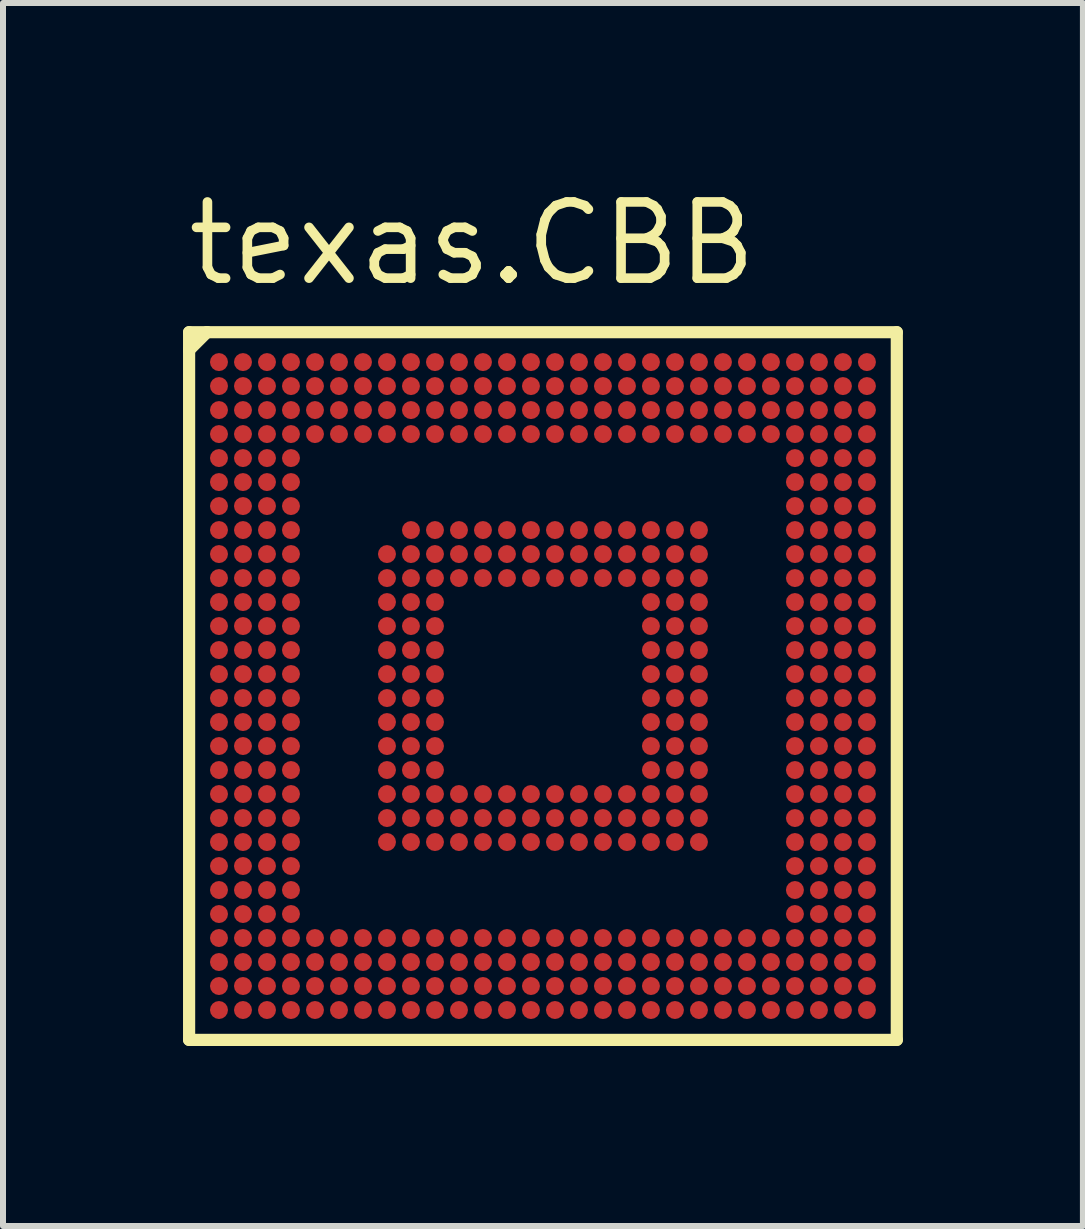
<source format=kicad_pcb>
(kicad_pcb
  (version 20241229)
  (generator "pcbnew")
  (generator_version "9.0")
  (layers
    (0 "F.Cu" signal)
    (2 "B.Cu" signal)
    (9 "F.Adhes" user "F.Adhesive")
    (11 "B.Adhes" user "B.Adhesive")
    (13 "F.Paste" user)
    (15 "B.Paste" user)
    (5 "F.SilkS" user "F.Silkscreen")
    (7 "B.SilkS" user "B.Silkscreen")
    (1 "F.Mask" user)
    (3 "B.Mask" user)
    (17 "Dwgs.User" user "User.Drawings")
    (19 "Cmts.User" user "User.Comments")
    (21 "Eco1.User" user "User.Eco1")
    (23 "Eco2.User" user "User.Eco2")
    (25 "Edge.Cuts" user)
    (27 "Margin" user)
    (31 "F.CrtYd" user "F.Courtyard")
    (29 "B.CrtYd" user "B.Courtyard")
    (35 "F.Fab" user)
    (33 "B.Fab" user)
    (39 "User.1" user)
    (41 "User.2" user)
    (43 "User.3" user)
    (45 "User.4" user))
  (footprint "texas.CBB"
    (layer "F.Cu")
    (at 6 8.385)
    (property "Reference" "texas.CBB" (at -6 -6.635 0) (layer "F.SilkS") (effects (font (size 1.27 1.27) (thickness 0.16)) (justify left bottom)))
    (attr smd)
    (fp_circle (center -5.4 -5.4) (end -5.25 -5.4) (stroke (width 0.1) (type default)) (fill no) (layer "F.Mask"))
    (fp_circle (center -5.4 -5) (end -5.25 -5) (stroke (width 0.1) (type default)) (fill no) (layer "F.Mask"))
    (fp_circle (center -5.4 -4.6) (end -5.25 -4.6) (stroke (width 0.1) (type default)) (fill no) (layer "F.Mask"))
    (fp_circle (center -5.4 -4.2) (end -5.25 -4.2) (stroke (width 0.1) (type default)) (fill no) (layer "F.Mask"))
    (fp_circle (center -5.4 -3.8) (end -5.25 -3.8) (stroke (width 0.1) (type default)) (fill no) (layer "F.Mask"))
    (fp_circle (center -5.4 -3.4) (end -5.25 -3.4) (stroke (width 0.1) (type default)) (fill no) (layer "F.Mask"))
    (fp_circle (center -5.4 -3) (end -5.25 -3) (stroke (width 0.1) (type default)) (fill no) (layer "F.Mask"))
    (fp_circle (center -5.4 -2.6) (end -5.25 -2.6) (stroke (width 0.1) (type default)) (fill no) (layer "F.Mask"))
    (fp_circle (center -5.4 -2.2) (end -5.25 -2.2) (stroke (width 0.1) (type default)) (fill no) (layer "F.Mask"))
    (fp_circle (center -5.4 -1.8) (end -5.25 -1.8) (stroke (width 0.1) (type default)) (fill no) (layer "F.Mask"))
    (fp_circle (center -5.4 -1.4) (end -5.25 -1.4) (stroke (width 0.1) (type default)) (fill no) (layer "F.Mask"))
    (fp_circle (center -5.4 -1) (end -5.25 -1) (stroke (width 0.1) (type default)) (fill no) (layer "F.Mask"))
    (fp_circle (center -5.4 -0.6) (end -5.25 -0.6) (stroke (width 0.1) (type default)) (fill no) (layer "F.Mask"))
    (fp_circle (center -5.4 -0.2) (end -5.25 -0.2) (stroke (width 0.1) (type default)) (fill no) (layer "F.Mask"))
    (fp_circle (center -5.4 0.2) (end -5.25 0.2) (stroke (width 0.1) (type default)) (fill no) (layer "F.Mask"))
    (fp_circle (center -5.4 0.6) (end -5.25 0.6) (stroke (width 0.1) (type default)) (fill no) (layer "F.Mask"))
    (fp_circle (center -5.4 1) (end -5.25 1) (stroke (width 0.1) (type default)) (fill no) (layer "F.Mask"))
    (fp_circle (center -5.4 1.4) (end -5.25 1.4) (stroke (width 0.1) (type default)) (fill no) (layer "F.Mask"))
    (fp_circle (center -5.4 1.8) (end -5.25 1.8) (stroke (width 0.1) (type default)) (fill no) (layer "F.Mask"))
    (fp_circle (center -5.4 2.2) (end -5.25 2.2) (stroke (width 0.1) (type default)) (fill no) (layer "F.Mask"))
    (fp_circle (center -5.4 2.6) (end -5.25 2.6) (stroke (width 0.1) (type default)) (fill no) (layer "F.Mask"))
    (fp_circle (center -5.4 3) (end -5.25 3) (stroke (width 0.1) (type default)) (fill no) (layer "F.Mask"))
    (fp_circle (center -5.4 3.4) (end -5.25 3.4) (stroke (width 0.1) (type default)) (fill no) (layer "F.Mask"))
    (fp_circle (center -5.4 3.8) (end -5.25 3.8) (stroke (width 0.1) (type default)) (fill no) (layer "F.Mask"))
    (fp_circle (center -5.4 4.2) (end -5.25 4.2) (stroke (width 0.1) (type default)) (fill no) (layer "F.Mask"))
    (fp_circle (center -5.4 4.6) (end -5.25 4.6) (stroke (width 0.1) (type default)) (fill no) (layer "F.Mask"))
    (fp_circle (center -5.4 5) (end -5.25 5) (stroke (width 0.1) (type default)) (fill no) (layer "F.Mask"))
    (fp_circle (center -5.4 5.4) (end -5.25 5.4) (stroke (width 0.1) (type default)) (fill no) (layer "F.Mask"))
    (fp_circle (center -5 -5.4) (end -4.85 -5.4) (stroke (width 0.1) (type default)) (fill no) (layer "F.Mask"))
    (fp_circle (center -5 -5) (end -4.85 -5) (stroke (width 0.1) (type default)) (fill no) (layer "F.Mask"))
    (fp_circle (center -5 -4.6) (end -4.85 -4.6) (stroke (width 0.1) (type default)) (fill no) (layer "F.Mask"))
    (fp_circle (center -5 -4.2) (end -4.85 -4.2) (stroke (width 0.1) (type default)) (fill no) (layer "F.Mask"))
    (fp_circle (center -5 -3.8) (end -4.85 -3.8) (stroke (width 0.1) (type default)) (fill no) (layer "F.Mask"))
    (fp_circle (center -5 -3.4) (end -4.85 -3.4) (stroke (width 0.1) (type default)) (fill no) (layer "F.Mask"))
    (fp_circle (center -5 -3) (end -4.85 -3) (stroke (width 0.1) (type default)) (fill no) (layer "F.Mask"))
    (fp_circle (center -5 -2.6) (end -4.85 -2.6) (stroke (width 0.1) (type default)) (fill no) (layer "F.Mask"))
    (fp_circle (center -5 -2.2) (end -4.85 -2.2) (stroke (width 0.1) (type default)) (fill no) (layer "F.Mask"))
    (fp_circle (center -5 -1.8) (end -4.85 -1.8) (stroke (width 0.1) (type default)) (fill no) (layer "F.Mask"))
    (fp_circle (center -5 -1.4) (end -4.85 -1.4) (stroke (width 0.1) (type default)) (fill no) (layer "F.Mask"))
    (fp_circle (center -5 -1) (end -4.85 -1) (stroke (width 0.1) (type default)) (fill no) (layer "F.Mask"))
    (fp_circle (center -5 -0.6) (end -4.85 -0.6) (stroke (width 0.1) (type default)) (fill no) (layer "F.Mask"))
    (fp_circle (center -5 -0.2) (end -4.85 -0.2) (stroke (width 0.1) (type default)) (fill no) (layer "F.Mask"))
    (fp_circle (center -5 0.2) (end -4.85 0.2) (stroke (width 0.1) (type default)) (fill no) (layer "F.Mask"))
    (fp_circle (center -5 0.6) (end -4.85 0.6) (stroke (width 0.1) (type default)) (fill no) (layer "F.Mask"))
    (fp_circle (center -5 1) (end -4.85 1) (stroke (width 0.1) (type default)) (fill no) (layer "F.Mask"))
    (fp_circle (center -5 1.4) (end -4.85 1.4) (stroke (width 0.1) (type default)) (fill no) (layer "F.Mask"))
    (fp_circle (center -5 1.8) (end -4.85 1.8) (stroke (width 0.1) (type default)) (fill no) (layer "F.Mask"))
    (fp_circle (center -5 2.2) (end -4.85 2.2) (stroke (width 0.1) (type default)) (fill no) (layer "F.Mask"))
    (fp_circle (center -5 2.6) (end -4.85 2.6) (stroke (width 0.1) (type default)) (fill no) (layer "F.Mask"))
    (fp_circle (center -5 3) (end -4.85 3) (stroke (width 0.1) (type default)) (fill no) (layer "F.Mask"))
    (fp_circle (center -5 3.4) (end -4.85 3.4) (stroke (width 0.1) (type default)) (fill no) (layer "F.Mask"))
    (fp_circle (center -5 3.8) (end -4.85 3.8) (stroke (width 0.1) (type default)) (fill no) (layer "F.Mask"))
    (fp_circle (center -5 4.2) (end -4.85 4.2) (stroke (width 0.1) (type default)) (fill no) (layer "F.Mask"))
    (fp_circle (center -5 4.6) (end -4.85 4.6) (stroke (width 0.1) (type default)) (fill no) (layer "F.Mask"))
    (fp_circle (center -5 5) (end -4.85 5) (stroke (width 0.1) (type default)) (fill no) (layer "F.Mask"))
    (fp_circle (center -5 5.4) (end -4.85 5.4) (stroke (width 0.1) (type default)) (fill no) (layer "F.Mask"))
    (fp_circle (center -4.6 -5.4) (end -4.45 -5.4) (stroke (width 0.1) (type default)) (fill no) (layer "F.Mask"))
    (fp_circle (center -4.6 -5) (end -4.45 -5) (stroke (width 0.1) (type default)) (fill no) (layer "F.Mask"))
    (fp_circle (center -4.6 -4.6) (end -4.45 -4.6) (stroke (width 0.1) (type default)) (fill no) (layer "F.Mask"))
    (fp_circle (center -4.6 -4.2) (end -4.45 -4.2) (stroke (width 0.1) (type default)) (fill no) (layer "F.Mask"))
    (fp_circle (center -4.6 -3.8) (end -4.45 -3.8) (stroke (width 0.1) (type default)) (fill no) (layer "F.Mask"))
    (fp_circle (center -4.6 -3.4) (end -4.45 -3.4) (stroke (width 0.1) (type default)) (fill no) (layer "F.Mask"))
    (fp_circle (center -4.6 -3) (end -4.45 -3) (stroke (width 0.1) (type default)) (fill no) (layer "F.Mask"))
    (fp_circle (center -4.6 -2.6) (end -4.45 -2.6) (stroke (width 0.1) (type default)) (fill no) (layer "F.Mask"))
    (fp_circle (center -4.6 -2.2) (end -4.45 -2.2) (stroke (width 0.1) (type default)) (fill no) (layer "F.Mask"))
    (fp_circle (center -4.6 -1.8) (end -4.45 -1.8) (stroke (width 0.1) (type default)) (fill no) (layer "F.Mask"))
    (fp_circle (center -4.6 -1.4) (end -4.45 -1.4) (stroke (width 0.1) (type default)) (fill no) (layer "F.Mask"))
    (fp_circle (center -4.6 -1) (end -4.45 -1) (stroke (width 0.1) (type default)) (fill no) (layer "F.Mask"))
    (fp_circle (center -4.6 -0.6) (end -4.45 -0.6) (stroke (width 0.1) (type default)) (fill no) (layer "F.Mask"))
    (fp_circle (center -4.6 -0.2) (end -4.45 -0.2) (stroke (width 0.1) (type default)) (fill no) (layer "F.Mask"))
    (fp_circle (center -4.6 0.2) (end -4.45 0.2) (stroke (width 0.1) (type default)) (fill no) (layer "F.Mask"))
    (fp_circle (center -4.6 0.6) (end -4.45 0.6) (stroke (width 0.1) (type default)) (fill no) (layer "F.Mask"))
    (fp_circle (center -4.6 1) (end -4.45 1) (stroke (width 0.1) (type default)) (fill no) (layer "F.Mask"))
    (fp_circle (center -4.6 1.4) (end -4.45 1.4) (stroke (width 0.1) (type default)) (fill no) (layer "F.Mask"))
    (fp_circle (center -4.6 1.8) (end -4.45 1.8) (stroke (width 0.1) (type default)) (fill no) (layer "F.Mask"))
    (fp_circle (center -4.6 2.2) (end -4.45 2.2) (stroke (width 0.1) (type default)) (fill no) (layer "F.Mask"))
    (fp_circle (center -4.6 2.6) (end -4.45 2.6) (stroke (width 0.1) (type default)) (fill no) (layer "F.Mask"))
    (fp_circle (center -4.6 3) (end -4.45 3) (stroke (width 0.1) (type default)) (fill no) (layer "F.Mask"))
    (fp_circle (center -4.6 3.4) (end -4.45 3.4) (stroke (width 0.1) (type default)) (fill no) (layer "F.Mask"))
    (fp_circle (center -4.6 3.8) (end -4.45 3.8) (stroke (width 0.1) (type default)) (fill no) (layer "F.Mask"))
    (fp_circle (center -4.6 4.2) (end -4.45 4.2) (stroke (width 0.1) (type default)) (fill no) (layer "F.Mask"))
    (fp_circle (center -4.6 4.6) (end -4.45 4.6) (stroke (width 0.1) (type default)) (fill no) (layer "F.Mask"))
    (fp_circle (center -4.6 5) (end -4.45 5) (stroke (width 0.1) (type default)) (fill no) (layer "F.Mask"))
    (fp_circle (center -4.6 5.4) (end -4.45 5.4) (stroke (width 0.1) (type default)) (fill no) (layer "F.Mask"))
    (fp_circle (center -4.2 -5.4) (end -4.05 -5.4) (stroke (width 0.1) (type default)) (fill no) (layer "F.Mask"))
    (fp_circle (center -4.2 -5) (end -4.05 -5) (stroke (width 0.1) (type default)) (fill no) (layer "F.Mask"))
    (fp_circle (center -4.2 -4.6) (end -4.05 -4.6) (stroke (width 0.1) (type default)) (fill no) (layer "F.Mask"))
    (fp_circle (center -4.2 -4.2) (end -4.05 -4.2) (stroke (width 0.1) (type default)) (fill no) (layer "F.Mask"))
    (fp_circle (center -4.2 -3.8) (end -4.05 -3.8) (stroke (width 0.1) (type default)) (fill no) (layer "F.Mask"))
    (fp_circle (center -4.2 -3.4) (end -4.05 -3.4) (stroke (width 0.1) (type default)) (fill no) (layer "F.Mask"))
    (fp_circle (center -4.2 -3) (end -4.05 -3) (stroke (width 0.1) (type default)) (fill no) (layer "F.Mask"))
    (fp_circle (center -4.2 -2.6) (end -4.05 -2.6) (stroke (width 0.1) (type default)) (fill no) (layer "F.Mask"))
    (fp_circle (center -4.2 -2.2) (end -4.05 -2.2) (stroke (width 0.1) (type default)) (fill no) (layer "F.Mask"))
    (fp_circle (center -4.2 -1.8) (end -4.05 -1.8) (stroke (width 0.1) (type default)) (fill no) (layer "F.Mask"))
    (fp_circle (center -4.2 -1.4) (end -4.05 -1.4) (stroke (width 0.1) (type default)) (fill no) (layer "F.Mask"))
    (fp_circle (center -4.2 -1) (end -4.05 -1) (stroke (width 0.1) (type default)) (fill no) (layer "F.Mask"))
    (fp_circle (center -4.2 -0.6) (end -4.05 -0.6) (stroke (width 0.1) (type default)) (fill no) (layer "F.Mask"))
    (fp_circle (center -4.2 -0.2) (end -4.05 -0.2) (stroke (width 0.1) (type default)) (fill no) (layer "F.Mask"))
    (fp_circle (center -4.2 0.2) (end -4.05 0.2) (stroke (width 0.1) (type default)) (fill no) (layer "F.Mask"))
    (fp_circle (center -4.2 0.6) (end -4.05 0.6) (stroke (width 0.1) (type default)) (fill no) (layer "F.Mask"))
    (fp_circle (center -4.2 1) (end -4.05 1) (stroke (width 0.1) (type default)) (fill no) (layer "F.Mask"))
    (fp_circle (center -4.2 1.4) (end -4.05 1.4) (stroke (width 0.1) (type default)) (fill no) (layer "F.Mask"))
    (fp_circle (center -4.2 1.8) (end -4.05 1.8) (stroke (width 0.1) (type default)) (fill no) (layer "F.Mask"))
    (fp_circle (center -4.2 2.2) (end -4.05 2.2) (stroke (width 0.1) (type default)) (fill no) (layer "F.Mask"))
    (fp_circle (center -4.2 2.6) (end -4.05 2.6) (stroke (width 0.1) (type default)) (fill no) (layer "F.Mask"))
    (fp_circle (center -4.2 3) (end -4.05 3) (stroke (width 0.1) (type default)) (fill no) (layer "F.Mask"))
    (fp_circle (center -4.2 3.4) (end -4.05 3.4) (stroke (width 0.1) (type default)) (fill no) (layer "F.Mask"))
    (fp_circle (center -4.2 3.8) (end -4.05 3.8) (stroke (width 0.1) (type default)) (fill no) (layer "F.Mask"))
    (fp_circle (center -4.2 4.2) (end -4.05 4.2) (stroke (width 0.1) (type default)) (fill no) (layer "F.Mask"))
    (fp_circle (center -4.2 4.6) (end -4.05 4.6) (stroke (width 0.1) (type default)) (fill no) (layer "F.Mask"))
    (fp_circle (center -4.2 5) (end -4.05 5) (stroke (width 0.1) (type default)) (fill no) (layer "F.Mask"))
    (fp_circle (center -4.2 5.4) (end -4.05 5.4) (stroke (width 0.1) (type default)) (fill no) (layer "F.Mask"))
    (fp_circle (center -3.8 -5.4) (end -3.65 -5.4) (stroke (width 0.1) (type default)) (fill no) (layer "F.Mask"))
    (fp_circle (center -3.8 -5) (end -3.65 -5) (stroke (width 0.1) (type default)) (fill no) (layer "F.Mask"))
    (fp_circle (center -3.8 -4.6) (end -3.65 -4.6) (stroke (width 0.1) (type default)) (fill no) (layer "F.Mask"))
    (fp_circle (center -3.8 -4.2) (end -3.65 -4.2) (stroke (width 0.1) (type default)) (fill no) (layer "F.Mask"))
    (fp_circle (center -3.8 4.2) (end -3.65 4.2) (stroke (width 0.1) (type default)) (fill no) (layer "F.Mask"))
    (fp_circle (center -3.8 4.6) (end -3.65 4.6) (stroke (width 0.1) (type default)) (fill no) (layer "F.Mask"))
    (fp_circle (center -3.8 5) (end -3.65 5) (stroke (width 0.1) (type default)) (fill no) (layer "F.Mask"))
    (fp_circle (center -3.8 5.4) (end -3.65 5.4) (stroke (width 0.1) (type default)) (fill no) (layer "F.Mask"))
    (fp_circle (center -3.4 -5.4) (end -3.25 -5.4) (stroke (width 0.1) (type default)) (fill no) (layer "F.Mask"))
    (fp_circle (center -3.4 -5) (end -3.25 -5) (stroke (width 0.1) (type default)) (fill no) (layer "F.Mask"))
    (fp_circle (center -3.4 -4.6) (end -3.25 -4.6) (stroke (width 0.1) (type default)) (fill no) (layer "F.Mask"))
    (fp_circle (center -3.4 -4.2) (end -3.25 -4.2) (stroke (width 0.1) (type default)) (fill no) (layer "F.Mask"))
    (fp_circle (center -3.4 4.2) (end -3.25 4.2) (stroke (width 0.1) (type default)) (fill no) (layer "F.Mask"))
    (fp_circle (center -3.4 4.6) (end -3.25 4.6) (stroke (width 0.1) (type default)) (fill no) (layer "F.Mask"))
    (fp_circle (center -3.4 5) (end -3.25 5) (stroke (width 0.1) (type default)) (fill no) (layer "F.Mask"))
    (fp_circle (center -3.4 5.4) (end -3.25 5.4) (stroke (width 0.1) (type default)) (fill no) (layer "F.Mask"))
    (fp_circle (center -3 -5.4) (end -2.85 -5.4) (stroke (width 0.1) (type default)) (fill no) (layer "F.Mask"))
    (fp_circle (center -3 -5) (end -2.85 -5) (stroke (width 0.1) (type default)) (fill no) (layer "F.Mask"))
    (fp_circle (center -3 -4.6) (end -2.85 -4.6) (stroke (width 0.1) (type default)) (fill no) (layer "F.Mask"))
    (fp_circle (center -3 -4.2) (end -2.85 -4.2) (stroke (width 0.1) (type default)) (fill no) (layer "F.Mask"))
    (fp_circle (center -3 4.2) (end -2.85 4.2) (stroke (width 0.1) (type default)) (fill no) (layer "F.Mask"))
    (fp_circle (center -3 4.6) (end -2.85 4.6) (stroke (width 0.1) (type default)) (fill no) (layer "F.Mask"))
    (fp_circle (center -3 5) (end -2.85 5) (stroke (width 0.1) (type default)) (fill no) (layer "F.Mask"))
    (fp_circle (center -3 5.4) (end -2.85 5.4) (stroke (width 0.1) (type default)) (fill no) (layer "F.Mask"))
    (fp_circle (center -2.6 -5.4) (end -2.45 -5.4) (stroke (width 0.1) (type default)) (fill no) (layer "F.Mask"))
    (fp_circle (center -2.6 -5) (end -2.45 -5) (stroke (width 0.1) (type default)) (fill no) (layer "F.Mask"))
    (fp_circle (center -2.6 -4.6) (end -2.45 -4.6) (stroke (width 0.1) (type default)) (fill no) (layer "F.Mask"))
    (fp_circle (center -2.6 -4.2) (end -2.45 -4.2) (stroke (width 0.1) (type default)) (fill no) (layer "F.Mask"))
    (fp_circle (center -2.6 -2.2) (end -2.45 -2.2) (stroke (width 0.1) (type default)) (fill no) (layer "F.Mask"))
    (fp_circle (center -2.6 -1.8) (end -2.45 -1.8) (stroke (width 0.1) (type default)) (fill no) (layer "F.Mask"))
    (fp_circle (center -2.6 -1.4) (end -2.45 -1.4) (stroke (width 0.1) (type default)) (fill no) (layer "F.Mask"))
    (fp_circle (center -2.6 -1) (end -2.45 -1) (stroke (width 0.1) (type default)) (fill no) (layer "F.Mask"))
    (fp_circle (center -2.6 -0.6) (end -2.45 -0.6) (stroke (width 0.1) (type default)) (fill no) (layer "F.Mask"))
    (fp_circle (center -2.6 -0.2) (end -2.45 -0.2) (stroke (width 0.1) (type default)) (fill no) (layer "F.Mask"))
    (fp_circle (center -2.6 0.2) (end -2.45 0.2) (stroke (width 0.1) (type default)) (fill no) (layer "F.Mask"))
    (fp_circle (center -2.6 0.6) (end -2.45 0.6) (stroke (width 0.1) (type default)) (fill no) (layer "F.Mask"))
    (fp_circle (center -2.6 1) (end -2.45 1) (stroke (width 0.1) (type default)) (fill no) (layer "F.Mask"))
    (fp_circle (center -2.6 1.4) (end -2.45 1.4) (stroke (width 0.1) (type default)) (fill no) (layer "F.Mask"))
    (fp_circle (center -2.6 1.8) (end -2.45 1.8) (stroke (width 0.1) (type default)) (fill no) (layer "F.Mask"))
    (fp_circle (center -2.6 2.2) (end -2.45 2.2) (stroke (width 0.1) (type default)) (fill no) (layer "F.Mask"))
    (fp_circle (center -2.6 2.6) (end -2.45 2.6) (stroke (width 0.1) (type default)) (fill no) (layer "F.Mask"))
    (fp_circle (center -2.6 4.2) (end -2.45 4.2) (stroke (width 0.1) (type default)) (fill no) (layer "F.Mask"))
    (fp_circle (center -2.6 4.6) (end -2.45 4.6) (stroke (width 0.1) (type default)) (fill no) (layer "F.Mask"))
    (fp_circle (center -2.6 5) (end -2.45 5) (stroke (width 0.1) (type default)) (fill no) (layer "F.Mask"))
    (fp_circle (center -2.6 5.4) (end -2.45 5.4) (stroke (width 0.1) (type default)) (fill no) (layer "F.Mask"))
    (fp_circle (center -2.2 -5.4) (end -2.05 -5.4) (stroke (width 0.1) (type default)) (fill no) (layer "F.Mask"))
    (fp_circle (center -2.2 -5) (end -2.05 -5) (stroke (width 0.1) (type default)) (fill no) (layer "F.Mask"))
    (fp_circle (center -2.2 -4.6) (end -2.05 -4.6) (stroke (width 0.1) (type default)) (fill no) (layer "F.Mask"))
    (fp_circle (center -2.2 -4.2) (end -2.05 -4.2) (stroke (width 0.1) (type default)) (fill no) (layer "F.Mask"))
    (fp_circle (center -2.2 -2.6) (end -2.05 -2.6) (stroke (width 0.1) (type default)) (fill no) (layer "F.Mask"))
    (fp_circle (center -2.2 -2.2) (end -2.05 -2.2) (stroke (width 0.1) (type default)) (fill no) (layer "F.Mask"))
    (fp_circle (center -2.2 -1.8) (end -2.05 -1.8) (stroke (width 0.1) (type default)) (fill no) (layer "F.Mask"))
    (fp_circle (center -2.2 -1.4) (end -2.05 -1.4) (stroke (width 0.1) (type default)) (fill no) (layer "F.Mask"))
    (fp_circle (center -2.2 -1) (end -2.05 -1) (stroke (width 0.1) (type default)) (fill no) (layer "F.Mask"))
    (fp_circle (center -2.2 -0.6) (end -2.05 -0.6) (stroke (width 0.1) (type default)) (fill no) (layer "F.Mask"))
    (fp_circle (center -2.2 -0.2) (end -2.05 -0.2) (stroke (width 0.1) (type default)) (fill no) (layer "F.Mask"))
    (fp_circle (center -2.2 0.2) (end -2.05 0.2) (stroke (width 0.1) (type default)) (fill no) (layer "F.Mask"))
    (fp_circle (center -2.2 0.6) (end -2.05 0.6) (stroke (width 0.1) (type default)) (fill no) (layer "F.Mask"))
    (fp_circle (center -2.2 1) (end -2.05 1) (stroke (width 0.1) (type default)) (fill no) (layer "F.Mask"))
    (fp_circle (center -2.2 1.4) (end -2.05 1.4) (stroke (width 0.1) (type default)) (fill no) (layer "F.Mask"))
    (fp_circle (center -2.2 1.8) (end -2.05 1.8) (stroke (width 0.1) (type default)) (fill no) (layer "F.Mask"))
    (fp_circle (center -2.2 2.2) (end -2.05 2.2) (stroke (width 0.1) (type default)) (fill no) (layer "F.Mask"))
    (fp_circle (center -2.2 2.6) (end -2.05 2.6) (stroke (width 0.1) (type default)) (fill no) (layer "F.Mask"))
    (fp_circle (center -2.2 4.2) (end -2.05 4.2) (stroke (width 0.1) (type default)) (fill no) (layer "F.Mask"))
    (fp_circle (center -2.2 4.6) (end -2.05 4.6) (stroke (width 0.1) (type default)) (fill no) (layer "F.Mask"))
    (fp_circle (center -2.2 5) (end -2.05 5) (stroke (width 0.1) (type default)) (fill no) (layer "F.Mask"))
    (fp_circle (center -2.2 5.4) (end -2.05 5.4) (stroke (width 0.1) (type default)) (fill no) (layer "F.Mask"))
    (fp_circle (center -1.8 -5.4) (end -1.65 -5.4) (stroke (width 0.1) (type default)) (fill no) (layer "F.Mask"))
    (fp_circle (center -1.8 -5) (end -1.65 -5) (stroke (width 0.1) (type default)) (fill no) (layer "F.Mask"))
    (fp_circle (center -1.8 -4.6) (end -1.65 -4.6) (stroke (width 0.1) (type default)) (fill no) (layer "F.Mask"))
    (fp_circle (center -1.8 -4.2) (end -1.65 -4.2) (stroke (width 0.1) (type default)) (fill no) (layer "F.Mask"))
    (fp_circle (center -1.8 -2.6) (end -1.65 -2.6) (stroke (width 0.1) (type default)) (fill no) (layer "F.Mask"))
    (fp_circle (center -1.8 -2.2) (end -1.65 -2.2) (stroke (width 0.1) (type default)) (fill no) (layer "F.Mask"))
    (fp_circle (center -1.8 -1.8) (end -1.65 -1.8) (stroke (width 0.1) (type default)) (fill no) (layer "F.Mask"))
    (fp_circle (center -1.8 -1.4) (end -1.65 -1.4) (stroke (width 0.1) (type default)) (fill no) (layer "F.Mask"))
    (fp_circle (center -1.8 -1) (end -1.65 -1) (stroke (width 0.1) (type default)) (fill no) (layer "F.Mask"))
    (fp_circle (center -1.8 -0.6) (end -1.65 -0.6) (stroke (width 0.1) (type default)) (fill no) (layer "F.Mask"))
    (fp_circle (center -1.8 -0.2) (end -1.65 -0.2) (stroke (width 0.1) (type default)) (fill no) (layer "F.Mask"))
    (fp_circle (center -1.8 0.2) (end -1.65 0.2) (stroke (width 0.1) (type default)) (fill no) (layer "F.Mask"))
    (fp_circle (center -1.8 0.6) (end -1.65 0.6) (stroke (width 0.1) (type default)) (fill no) (layer "F.Mask"))
    (fp_circle (center -1.8 1) (end -1.65 1) (stroke (width 0.1) (type default)) (fill no) (layer "F.Mask"))
    (fp_circle (center -1.8 1.4) (end -1.65 1.4) (stroke (width 0.1) (type default)) (fill no) (layer "F.Mask"))
    (fp_circle (center -1.8 1.8) (end -1.65 1.8) (stroke (width 0.1) (type default)) (fill no) (layer "F.Mask"))
    (fp_circle (center -1.8 2.2) (end -1.65 2.2) (stroke (width 0.1) (type default)) (fill no) (layer "F.Mask"))
    (fp_circle (center -1.8 2.6) (end -1.65 2.6) (stroke (width 0.1) (type default)) (fill no) (layer "F.Mask"))
    (fp_circle (center -1.8 4.2) (end -1.65 4.2) (stroke (width 0.1) (type default)) (fill no) (layer "F.Mask"))
    (fp_circle (center -1.8 4.6) (end -1.65 4.6) (stroke (width 0.1) (type default)) (fill no) (layer "F.Mask"))
    (fp_circle (center -1.8 5) (end -1.65 5) (stroke (width 0.1) (type default)) (fill no) (layer "F.Mask"))
    (fp_circle (center -1.8 5.4) (end -1.65 5.4) (stroke (width 0.1) (type default)) (fill no) (layer "F.Mask"))
    (fp_circle (center -1.4 -5.4) (end -1.25 -5.4) (stroke (width 0.1) (type default)) (fill no) (layer "F.Mask"))
    (fp_circle (center -1.4 -5) (end -1.25 -5) (stroke (width 0.1) (type default)) (fill no) (layer "F.Mask"))
    (fp_circle (center -1.4 -4.6) (end -1.25 -4.6) (stroke (width 0.1) (type default)) (fill no) (layer "F.Mask"))
    (fp_circle (center -1.4 -4.2) (end -1.25 -4.2) (stroke (width 0.1) (type default)) (fill no) (layer "F.Mask"))
    (fp_circle (center -1.4 -2.6) (end -1.25 -2.6) (stroke (width 0.1) (type default)) (fill no) (layer "F.Mask"))
    (fp_circle (center -1.4 -2.2) (end -1.25 -2.2) (stroke (width 0.1) (type default)) (fill no) (layer "F.Mask"))
    (fp_circle (center -1.4 -1.8) (end -1.25 -1.8) (stroke (width 0.1) (type default)) (fill no) (layer "F.Mask"))
    (fp_circle (center -1.4 1.8) (end -1.25 1.8) (stroke (width 0.1) (type default)) (fill no) (layer "F.Mask"))
    (fp_circle (center -1.4 2.2) (end -1.25 2.2) (stroke (width 0.1) (type default)) (fill no) (layer "F.Mask"))
    (fp_circle (center -1.4 2.6) (end -1.25 2.6) (stroke (width 0.1) (type default)) (fill no) (layer "F.Mask"))
    (fp_circle (center -1.4 4.2) (end -1.25 4.2) (stroke (width 0.1) (type default)) (fill no) (layer "F.Mask"))
    (fp_circle (center -1.4 4.6) (end -1.25 4.6) (stroke (width 0.1) (type default)) (fill no) (layer "F.Mask"))
    (fp_circle (center -1.4 5) (end -1.25 5) (stroke (width 0.1) (type default)) (fill no) (layer "F.Mask"))
    (fp_circle (center -1.4 5.4) (end -1.25 5.4) (stroke (width 0.1) (type default)) (fill no) (layer "F.Mask"))
    (fp_circle (center -1 -5.4) (end -0.85 -5.4) (stroke (width 0.1) (type default)) (fill no) (layer "F.Mask"))
    (fp_circle (center -1 -5) (end -0.85 -5) (stroke (width 0.1) (type default)) (fill no) (layer "F.Mask"))
    (fp_circle (center -1 -4.6) (end -0.85 -4.6) (stroke (width 0.1) (type default)) (fill no) (layer "F.Mask"))
    (fp_circle (center -1 -4.2) (end -0.85 -4.2) (stroke (width 0.1) (type default)) (fill no) (layer "F.Mask"))
    (fp_circle (center -1 -2.6) (end -0.85 -2.6) (stroke (width 0.1) (type default)) (fill no) (layer "F.Mask"))
    (fp_circle (center -1 -2.2) (end -0.85 -2.2) (stroke (width 0.1) (type default)) (fill no) (layer "F.Mask"))
    (fp_circle (center -1 -1.8) (end -0.85 -1.8) (stroke (width 0.1) (type default)) (fill no) (layer "F.Mask"))
    (fp_circle (center -1 1.8) (end -0.85 1.8) (stroke (width 0.1) (type default)) (fill no) (layer "F.Mask"))
    (fp_circle (center -1 2.2) (end -0.85 2.2) (stroke (width 0.1) (type default)) (fill no) (layer "F.Mask"))
    (fp_circle (center -1 2.6) (end -0.85 2.6) (stroke (width 0.1) (type default)) (fill no) (layer "F.Mask"))
    (fp_circle (center -1 4.2) (end -0.85 4.2) (stroke (width 0.1) (type default)) (fill no) (layer "F.Mask"))
    (fp_circle (center -1 4.6) (end -0.85 4.6) (stroke (width 0.1) (type default)) (fill no) (layer "F.Mask"))
    (fp_circle (center -1 5) (end -0.85 5) (stroke (width 0.1) (type default)) (fill no) (layer "F.Mask"))
    (fp_circle (center -1 5.4) (end -0.85 5.4) (stroke (width 0.1) (type default)) (fill no) (layer "F.Mask"))
    (fp_circle (center -0.6 -5.4) (end -0.45 -5.4) (stroke (width 0.1) (type default)) (fill no) (layer "F.Mask"))
    (fp_circle (center -0.6 -5) (end -0.45 -5) (stroke (width 0.1) (type default)) (fill no) (layer "F.Mask"))
    (fp_circle (center -0.6 -4.6) (end -0.45 -4.6) (stroke (width 0.1) (type default)) (fill no) (layer "F.Mask"))
    (fp_circle (center -0.6 -4.2) (end -0.45 -4.2) (stroke (width 0.1) (type default)) (fill no) (layer "F.Mask"))
    (fp_circle (center -0.6 -2.6) (end -0.45 -2.6) (stroke (width 0.1) (type default)) (fill no) (layer "F.Mask"))
    (fp_circle (center -0.6 -2.2) (end -0.45 -2.2) (stroke (width 0.1) (type default)) (fill no) (layer "F.Mask"))
    (fp_circle (center -0.6 -1.8) (end -0.45 -1.8) (stroke (width 0.1) (type default)) (fill no) (layer "F.Mask"))
    (fp_circle (center -0.6 1.8) (end -0.45 1.8) (stroke (width 0.1) (type default)) (fill no) (layer "F.Mask"))
    (fp_circle (center -0.6 2.2) (end -0.45 2.2) (stroke (width 0.1) (type default)) (fill no) (layer "F.Mask"))
    (fp_circle (center -0.6 2.6) (end -0.45 2.6) (stroke (width 0.1) (type default)) (fill no) (layer "F.Mask"))
    (fp_circle (center -0.6 4.2) (end -0.45 4.2) (stroke (width 0.1) (type default)) (fill no) (layer "F.Mask"))
    (fp_circle (center -0.6 4.6) (end -0.45 4.6) (stroke (width 0.1) (type default)) (fill no) (layer "F.Mask"))
    (fp_circle (center -0.6 5) (end -0.45 5) (stroke (width 0.1) (type default)) (fill no) (layer "F.Mask"))
    (fp_circle (center -0.6 5.4) (end -0.45 5.4) (stroke (width 0.1) (type default)) (fill no) (layer "F.Mask"))
    (fp_circle (center -0.2 -5.4) (end -0.05 -5.4) (stroke (width 0.1) (type default)) (fill no) (layer "F.Mask"))
    (fp_circle (center -0.2 -5) (end -0.05 -5) (stroke (width 0.1) (type default)) (fill no) (layer "F.Mask"))
    (fp_circle (center -0.2 -4.6) (end -0.05 -4.6) (stroke (width 0.1) (type default)) (fill no) (layer "F.Mask"))
    (fp_circle (center -0.2 -4.2) (end -0.05 -4.2) (stroke (width 0.1) (type default)) (fill no) (layer "F.Mask"))
    (fp_circle (center -0.2 -2.6) (end -0.05 -2.6) (stroke (width 0.1) (type default)) (fill no) (layer "F.Mask"))
    (fp_circle (center -0.2 -2.2) (end -0.05 -2.2) (stroke (width 0.1) (type default)) (fill no) (layer "F.Mask"))
    (fp_circle (center -0.2 -1.8) (end -0.05 -1.8) (stroke (width 0.1) (type default)) (fill no) (layer "F.Mask"))
    (fp_circle (center -0.2 1.8) (end -0.05 1.8) (stroke (width 0.1) (type default)) (fill no) (layer "F.Mask"))
    (fp_circle (center -0.2 2.2) (end -0.05 2.2) (stroke (width 0.1) (type default)) (fill no) (layer "F.Mask"))
    (fp_circle (center -0.2 2.6) (end -0.05 2.6) (stroke (width 0.1) (type default)) (fill no) (layer "F.Mask"))
    (fp_circle (center -0.2 4.2) (end -0.05 4.2) (stroke (width 0.1) (type default)) (fill no) (layer "F.Mask"))
    (fp_circle (center -0.2 4.6) (end -0.05 4.6) (stroke (width 0.1) (type default)) (fill no) (layer "F.Mask"))
    (fp_circle (center -0.2 5) (end -0.05 5) (stroke (width 0.1) (type default)) (fill no) (layer "F.Mask"))
    (fp_circle (center -0.2 5.4) (end -0.05 5.4) (stroke (width 0.1) (type default)) (fill no) (layer "F.Mask"))
    (fp_circle (center 0.2 -5.4) (end 0.35 -5.4) (stroke (width 0.1) (type default)) (fill no) (layer "F.Mask"))
    (fp_circle (center 0.2 -5) (end 0.35 -5) (stroke (width 0.1) (type default)) (fill no) (layer "F.Mask"))
    (fp_circle (center 0.2 -4.6) (end 0.35 -4.6) (stroke (width 0.1) (type default)) (fill no) (layer "F.Mask"))
    (fp_circle (center 0.2 -4.2) (end 0.35 -4.2) (stroke (width 0.1) (type default)) (fill no) (layer "F.Mask"))
    (fp_circle (center 0.2 -2.6) (end 0.35 -2.6) (stroke (width 0.1) (type default)) (fill no) (layer "F.Mask"))
    (fp_circle (center 0.2 -2.2) (end 0.35 -2.2) (stroke (width 0.1) (type default)) (fill no) (layer "F.Mask"))
    (fp_circle (center 0.2 -1.8) (end 0.35 -1.8) (stroke (width 0.1) (type default)) (fill no) (layer "F.Mask"))
    (fp_circle (center 0.2 1.8) (end 0.35 1.8) (stroke (width 0.1) (type default)) (fill no) (layer "F.Mask"))
    (fp_circle (center 0.2 2.2) (end 0.35 2.2) (stroke (width 0.1) (type default)) (fill no) (layer "F.Mask"))
    (fp_circle (center 0.2 2.6) (end 0.35 2.6) (stroke (width 0.1) (type default)) (fill no) (layer "F.Mask"))
    (fp_circle (center 0.2 4.2) (end 0.35 4.2) (stroke (width 0.1) (type default)) (fill no) (layer "F.Mask"))
    (fp_circle (center 0.2 4.6) (end 0.35 4.6) (stroke (width 0.1) (type default)) (fill no) (layer "F.Mask"))
    (fp_circle (center 0.2 5) (end 0.35 5) (stroke (width 0.1) (type default)) (fill no) (layer "F.Mask"))
    (fp_circle (center 0.2 5.4) (end 0.35 5.4) (stroke (width 0.1) (type default)) (fill no) (layer "F.Mask"))
    (fp_circle (center 0.6 -5.4) (end 0.75 -5.4) (stroke (width 0.1) (type default)) (fill no) (layer "F.Mask"))
    (fp_circle (center 0.6 -5) (end 0.75 -5) (stroke (width 0.1) (type default)) (fill no) (layer "F.Mask"))
    (fp_circle (center 0.6 -4.6) (end 0.75 -4.6) (stroke (width 0.1) (type default)) (fill no) (layer "F.Mask"))
    (fp_circle (center 0.6 -4.2) (end 0.75 -4.2) (stroke (width 0.1) (type default)) (fill no) (layer "F.Mask"))
    (fp_circle (center 0.6 -2.6) (end 0.75 -2.6) (stroke (width 0.1) (type default)) (fill no) (layer "F.Mask"))
    (fp_circle (center 0.6 -2.2) (end 0.75 -2.2) (stroke (width 0.1) (type default)) (fill no) (layer "F.Mask"))
    (fp_circle (center 0.6 -1.8) (end 0.75 -1.8) (stroke (width 0.1) (type default)) (fill no) (layer "F.Mask"))
    (fp_circle (center 0.6 1.8) (end 0.75 1.8) (stroke (width 0.1) (type default)) (fill no) (layer "F.Mask"))
    (fp_circle (center 0.6 2.2) (end 0.75 2.2) (stroke (width 0.1) (type default)) (fill no) (layer "F.Mask"))
    (fp_circle (center 0.6 2.6) (end 0.75 2.6) (stroke (width 0.1) (type default)) (fill no) (layer "F.Mask"))
    (fp_circle (center 0.6 4.2) (end 0.75 4.2) (stroke (width 0.1) (type default)) (fill no) (layer "F.Mask"))
    (fp_circle (center 0.6 4.6) (end 0.75 4.6) (stroke (width 0.1) (type default)) (fill no) (layer "F.Mask"))
    (fp_circle (center 0.6 5) (end 0.75 5) (stroke (width 0.1) (type default)) (fill no) (layer "F.Mask"))
    (fp_circle (center 0.6 5.4) (end 0.75 5.4) (stroke (width 0.1) (type default)) (fill no) (layer "F.Mask"))
    (fp_circle (center 1 -5.4) (end 1.15 -5.4) (stroke (width 0.1) (type default)) (fill no) (layer "F.Mask"))
    (fp_circle (center 1 -5) (end 1.15 -5) (stroke (width 0.1) (type default)) (fill no) (layer "F.Mask"))
    (fp_circle (center 1 -4.6) (end 1.15 -4.6) (stroke (width 0.1) (type default)) (fill no) (layer "F.Mask"))
    (fp_circle (center 1 -4.2) (end 1.15 -4.2) (stroke (width 0.1) (type default)) (fill no) (layer "F.Mask"))
    (fp_circle (center 1 -2.6) (end 1.15 -2.6) (stroke (width 0.1) (type default)) (fill no) (layer "F.Mask"))
    (fp_circle (center 1 -2.2) (end 1.15 -2.2) (stroke (width 0.1) (type default)) (fill no) (layer "F.Mask"))
    (fp_circle (center 1 -1.8) (end 1.15 -1.8) (stroke (width 0.1) (type default)) (fill no) (layer "F.Mask"))
    (fp_circle (center 1 1.8) (end 1.15 1.8) (stroke (width 0.1) (type default)) (fill no) (layer "F.Mask"))
    (fp_circle (center 1 2.2) (end 1.15 2.2) (stroke (width 0.1) (type default)) (fill no) (layer "F.Mask"))
    (fp_circle (center 1 2.6) (end 1.15 2.6) (stroke (width 0.1) (type default)) (fill no) (layer "F.Mask"))
    (fp_circle (center 1 4.2) (end 1.15 4.2) (stroke (width 0.1) (type default)) (fill no) (layer "F.Mask"))
    (fp_circle (center 1 4.6) (end 1.15 4.6) (stroke (width 0.1) (type default)) (fill no) (layer "F.Mask"))
    (fp_circle (center 1 5) (end 1.15 5) (stroke (width 0.1) (type default)) (fill no) (layer "F.Mask"))
    (fp_circle (center 1 5.4) (end 1.15 5.4) (stroke (width 0.1) (type default)) (fill no) (layer "F.Mask"))
    (fp_circle (center 1.4 -5.4) (end 1.55 -5.4) (stroke (width 0.1) (type default)) (fill no) (layer "F.Mask"))
    (fp_circle (center 1.4 -5) (end 1.55 -5) (stroke (width 0.1) (type default)) (fill no) (layer "F.Mask"))
    (fp_circle (center 1.4 -4.6) (end 1.55 -4.6) (stroke (width 0.1) (type default)) (fill no) (layer "F.Mask"))
    (fp_circle (center 1.4 -4.2) (end 1.55 -4.2) (stroke (width 0.1) (type default)) (fill no) (layer "F.Mask"))
    (fp_circle (center 1.4 -2.6) (end 1.55 -2.6) (stroke (width 0.1) (type default)) (fill no) (layer "F.Mask"))
    (fp_circle (center 1.4 -2.2) (end 1.55 -2.2) (stroke (width 0.1) (type default)) (fill no) (layer "F.Mask"))
    (fp_circle (center 1.4 -1.8) (end 1.55 -1.8) (stroke (width 0.1) (type default)) (fill no) (layer "F.Mask"))
    (fp_circle (center 1.4 1.8) (end 1.55 1.8) (stroke (width 0.1) (type default)) (fill no) (layer "F.Mask"))
    (fp_circle (center 1.4 2.2) (end 1.55 2.2) (stroke (width 0.1) (type default)) (fill no) (layer "F.Mask"))
    (fp_circle (center 1.4 2.6) (end 1.55 2.6) (stroke (width 0.1) (type default)) (fill no) (layer "F.Mask"))
    (fp_circle (center 1.4 4.2) (end 1.55 4.2) (stroke (width 0.1) (type default)) (fill no) (layer "F.Mask"))
    (fp_circle (center 1.4 4.6) (end 1.55 4.6) (stroke (width 0.1) (type default)) (fill no) (layer "F.Mask"))
    (fp_circle (center 1.4 5) (end 1.55 5) (stroke (width 0.1) (type default)) (fill no) (layer "F.Mask"))
    (fp_circle (center 1.4 5.4) (end 1.55 5.4) (stroke (width 0.1) (type default)) (fill no) (layer "F.Mask"))
    (fp_circle (center 1.8 -5.4) (end 1.95 -5.4) (stroke (width 0.1) (type default)) (fill no) (layer "F.Mask"))
    (fp_circle (center 1.8 -5) (end 1.95 -5) (stroke (width 0.1) (type default)) (fill no) (layer "F.Mask"))
    (fp_circle (center 1.8 -4.6) (end 1.95 -4.6) (stroke (width 0.1) (type default)) (fill no) (layer "F.Mask"))
    (fp_circle (center 1.8 -4.2) (end 1.95 -4.2) (stroke (width 0.1) (type default)) (fill no) (layer "F.Mask"))
    (fp_circle (center 1.8 -2.6) (end 1.95 -2.6) (stroke (width 0.1) (type default)) (fill no) (layer "F.Mask"))
    (fp_circle (center 1.8 -2.2) (end 1.95 -2.2) (stroke (width 0.1) (type default)) (fill no) (layer "F.Mask"))
    (fp_circle (center 1.8 -1.8) (end 1.95 -1.8) (stroke (width 0.1) (type default)) (fill no) (layer "F.Mask"))
    (fp_circle (center 1.8 -1.4) (end 1.95 -1.4) (stroke (width 0.1) (type default)) (fill no) (layer "F.Mask"))
    (fp_circle (center 1.8 -1) (end 1.95 -1) (stroke (width 0.1) (type default)) (fill no) (layer "F.Mask"))
    (fp_circle (center 1.8 -0.6) (end 1.95 -0.6) (stroke (width 0.1) (type default)) (fill no) (layer "F.Mask"))
    (fp_circle (center 1.8 -0.2) (end 1.95 -0.2) (stroke (width 0.1) (type default)) (fill no) (layer "F.Mask"))
    (fp_circle (center 1.8 0.2) (end 1.95 0.2) (stroke (width 0.1) (type default)) (fill no) (layer "F.Mask"))
    (fp_circle (center 1.8 0.6) (end 1.95 0.6) (stroke (width 0.1) (type default)) (fill no) (layer "F.Mask"))
    (fp_circle (center 1.8 1) (end 1.95 1) (stroke (width 0.1) (type default)) (fill no) (layer "F.Mask"))
    (fp_circle (center 1.8 1.4) (end 1.95 1.4) (stroke (width 0.1) (type default)) (fill no) (layer "F.Mask"))
    (fp_circle (center 1.8 1.8) (end 1.95 1.8) (stroke (width 0.1) (type default)) (fill no) (layer "F.Mask"))
    (fp_circle (center 1.8 2.2) (end 1.95 2.2) (stroke (width 0.1) (type default)) (fill no) (layer "F.Mask"))
    (fp_circle (center 1.8 2.6) (end 1.95 2.6) (stroke (width 0.1) (type default)) (fill no) (layer "F.Mask"))
    (fp_circle (center 1.8 4.2) (end 1.95 4.2) (stroke (width 0.1) (type default)) (fill no) (layer "F.Mask"))
    (fp_circle (center 1.8 4.6) (end 1.95 4.6) (stroke (width 0.1) (type default)) (fill no) (layer "F.Mask"))
    (fp_circle (center 1.8 5) (end 1.95 5) (stroke (width 0.1) (type default)) (fill no) (layer "F.Mask"))
    (fp_circle (center 1.8 5.4) (end 1.95 5.4) (stroke (width 0.1) (type default)) (fill no) (layer "F.Mask"))
    (fp_circle (center 2.2 -5.4) (end 2.35 -5.4) (stroke (width 0.1) (type default)) (fill no) (layer "F.Mask"))
    (fp_circle (center 2.2 -5) (end 2.35 -5) (stroke (width 0.1) (type default)) (fill no) (layer "F.Mask"))
    (fp_circle (center 2.2 -4.6) (end 2.35 -4.6) (stroke (width 0.1) (type default)) (fill no) (layer "F.Mask"))
    (fp_circle (center 2.2 -4.2) (end 2.35 -4.2) (stroke (width 0.1) (type default)) (fill no) (layer "F.Mask"))
    (fp_circle (center 2.2 -2.6) (end 2.35 -2.6) (stroke (width 0.1) (type default)) (fill no) (layer "F.Mask"))
    (fp_circle (center 2.2 -2.2) (end 2.35 -2.2) (stroke (width 0.1) (type default)) (fill no) (layer "F.Mask"))
    (fp_circle (center 2.2 -1.8) (end 2.35 -1.8) (stroke (width 0.1) (type default)) (fill no) (layer "F.Mask"))
    (fp_circle (center 2.2 -1.4) (end 2.35 -1.4) (stroke (width 0.1) (type default)) (fill no) (layer "F.Mask"))
    (fp_circle (center 2.2 -1) (end 2.35 -1) (stroke (width 0.1) (type default)) (fill no) (layer "F.Mask"))
    (fp_circle (center 2.2 -0.6) (end 2.35 -0.6) (stroke (width 0.1) (type default)) (fill no) (layer "F.Mask"))
    (fp_circle (center 2.2 -0.2) (end 2.35 -0.2) (stroke (width 0.1) (type default)) (fill no) (layer "F.Mask"))
    (fp_circle (center 2.2 0.2) (end 2.35 0.2) (stroke (width 0.1) (type default)) (fill no) (layer "F.Mask"))
    (fp_circle (center 2.2 0.6) (end 2.35 0.6) (stroke (width 0.1) (type default)) (fill no) (layer "F.Mask"))
    (fp_circle (center 2.2 1) (end 2.35 1) (stroke (width 0.1) (type default)) (fill no) (layer "F.Mask"))
    (fp_circle (center 2.2 1.4) (end 2.35 1.4) (stroke (width 0.1) (type default)) (fill no) (layer "F.Mask"))
    (fp_circle (center 2.2 1.8) (end 2.35 1.8) (stroke (width 0.1) (type default)) (fill no) (layer "F.Mask"))
    (fp_circle (center 2.2 2.2) (end 2.35 2.2) (stroke (width 0.1) (type default)) (fill no) (layer "F.Mask"))
    (fp_circle (center 2.2 2.6) (end 2.35 2.6) (stroke (width 0.1) (type default)) (fill no) (layer "F.Mask"))
    (fp_circle (center 2.2 4.2) (end 2.35 4.2) (stroke (width 0.1) (type default)) (fill no) (layer "F.Mask"))
    (fp_circle (center 2.2 4.6) (end 2.35 4.6) (stroke (width 0.1) (type default)) (fill no) (layer "F.Mask"))
    (fp_circle (center 2.2 5) (end 2.35 5) (stroke (width 0.1) (type default)) (fill no) (layer "F.Mask"))
    (fp_circle (center 2.2 5.4) (end 2.35 5.4) (stroke (width 0.1) (type default)) (fill no) (layer "F.Mask"))
    (fp_circle (center 2.6 -5.4) (end 2.75 -5.4) (stroke (width 0.1) (type default)) (fill no) (layer "F.Mask"))
    (fp_circle (center 2.6 -5) (end 2.75 -5) (stroke (width 0.1) (type default)) (fill no) (layer "F.Mask"))
    (fp_circle (center 2.6 -4.6) (end 2.75 -4.6) (stroke (width 0.1) (type default)) (fill no) (layer "F.Mask"))
    (fp_circle (center 2.6 -4.2) (end 2.75 -4.2) (stroke (width 0.1) (type default)) (fill no) (layer "F.Mask"))
    (fp_circle (center 2.6 -2.6) (end 2.75 -2.6) (stroke (width 0.1) (type default)) (fill no) (layer "F.Mask"))
    (fp_circle (center 2.6 -2.2) (end 2.75 -2.2) (stroke (width 0.1) (type default)) (fill no) (layer "F.Mask"))
    (fp_circle (center 2.6 -1.8) (end 2.75 -1.8) (stroke (width 0.1) (type default)) (fill no) (layer "F.Mask"))
    (fp_circle (center 2.6 -1.4) (end 2.75 -1.4) (stroke (width 0.1) (type default)) (fill no) (layer "F.Mask"))
    (fp_circle (center 2.6 -1) (end 2.75 -1) (stroke (width 0.1) (type default)) (fill no) (layer "F.Mask"))
    (fp_circle (center 2.6 -0.6) (end 2.75 -0.6) (stroke (width 0.1) (type default)) (fill no) (layer "F.Mask"))
    (fp_circle (center 2.6 -0.2) (end 2.75 -0.2) (stroke (width 0.1) (type default)) (fill no) (layer "F.Mask"))
    (fp_circle (center 2.6 0.2) (end 2.75 0.2) (stroke (width 0.1) (type default)) (fill no) (layer "F.Mask"))
    (fp_circle (center 2.6 0.6) (end 2.75 0.6) (stroke (width 0.1) (type default)) (fill no) (layer "F.Mask"))
    (fp_circle (center 2.6 1) (end 2.75 1) (stroke (width 0.1) (type default)) (fill no) (layer "F.Mask"))
    (fp_circle (center 2.6 1.4) (end 2.75 1.4) (stroke (width 0.1) (type default)) (fill no) (layer "F.Mask"))
    (fp_circle (center 2.6 1.8) (end 2.75 1.8) (stroke (width 0.1) (type default)) (fill no) (layer "F.Mask"))
    (fp_circle (center 2.6 2.2) (end 2.75 2.2) (stroke (width 0.1) (type default)) (fill no) (layer "F.Mask"))
    (fp_circle (center 2.6 2.6) (end 2.75 2.6) (stroke (width 0.1) (type default)) (fill no) (layer "F.Mask"))
    (fp_circle (center 2.6 4.2) (end 2.75 4.2) (stroke (width 0.1) (type default)) (fill no) (layer "F.Mask"))
    (fp_circle (center 2.6 4.6) (end 2.75 4.6) (stroke (width 0.1) (type default)) (fill no) (layer "F.Mask"))
    (fp_circle (center 2.6 5) (end 2.75 5) (stroke (width 0.1) (type default)) (fill no) (layer "F.Mask"))
    (fp_circle (center 2.6 5.4) (end 2.75 5.4) (stroke (width 0.1) (type default)) (fill no) (layer "F.Mask"))
    (fp_circle (center 3 -5.4) (end 3.15 -5.4) (stroke (width 0.1) (type default)) (fill no) (layer "F.Mask"))
    (fp_circle (center 3 -5) (end 3.15 -5) (stroke (width 0.1) (type default)) (fill no) (layer "F.Mask"))
    (fp_circle (center 3 -4.6) (end 3.15 -4.6) (stroke (width 0.1) (type default)) (fill no) (layer "F.Mask"))
    (fp_circle (center 3 -4.2) (end 3.15 -4.2) (stroke (width 0.1) (type default)) (fill no) (layer "F.Mask"))
    (fp_circle (center 3 4.2) (end 3.15 4.2) (stroke (width 0.1) (type default)) (fill no) (layer "F.Mask"))
    (fp_circle (center 3 4.6) (end 3.15 4.6) (stroke (width 0.1) (type default)) (fill no) (layer "F.Mask"))
    (fp_circle (center 3 5) (end 3.15 5) (stroke (width 0.1) (type default)) (fill no) (layer "F.Mask"))
    (fp_circle (center 3 5.4) (end 3.15 5.4) (stroke (width 0.1) (type default)) (fill no) (layer "F.Mask"))
    (fp_circle (center 3.4 -5.4) (end 3.55 -5.4) (stroke (width 0.1) (type default)) (fill no) (layer "F.Mask"))
    (fp_circle (center 3.4 -5) (end 3.55 -5) (stroke (width 0.1) (type default)) (fill no) (layer "F.Mask"))
    (fp_circle (center 3.4 -4.6) (end 3.55 -4.6) (stroke (width 0.1) (type default)) (fill no) (layer "F.Mask"))
    (fp_circle (center 3.4 -4.2) (end 3.55 -4.2) (stroke (width 0.1) (type default)) (fill no) (layer "F.Mask"))
    (fp_circle (center 3.4 4.2) (end 3.55 4.2) (stroke (width 0.1) (type default)) (fill no) (layer "F.Mask"))
    (fp_circle (center 3.4 4.6) (end 3.55 4.6) (stroke (width 0.1) (type default)) (fill no) (layer "F.Mask"))
    (fp_circle (center 3.4 5) (end 3.55 5) (stroke (width 0.1) (type default)) (fill no) (layer "F.Mask"))
    (fp_circle (center 3.4 5.4) (end 3.55 5.4) (stroke (width 0.1) (type default)) (fill no) (layer "F.Mask"))
    (fp_circle (center 3.8 -5.4) (end 3.95 -5.4) (stroke (width 0.1) (type default)) (fill no) (layer "F.Mask"))
    (fp_circle (center 3.8 -5) (end 3.95 -5) (stroke (width 0.1) (type default)) (fill no) (layer "F.Mask"))
    (fp_circle (center 3.8 -4.6) (end 3.95 -4.6) (stroke (width 0.1) (type default)) (fill no) (layer "F.Mask"))
    (fp_circle (center 3.8 -4.2) (end 3.95 -4.2) (stroke (width 0.1) (type default)) (fill no) (layer "F.Mask"))
    (fp_circle (center 3.8 4.2) (end 3.95 4.2) (stroke (width 0.1) (type default)) (fill no) (layer "F.Mask"))
    (fp_circle (center 3.8 4.6) (end 3.95 4.6) (stroke (width 0.1) (type default)) (fill no) (layer "F.Mask"))
    (fp_circle (center 3.8 5) (end 3.95 5) (stroke (width 0.1) (type default)) (fill no) (layer "F.Mask"))
    (fp_circle (center 3.8 5.4) (end 3.95 5.4) (stroke (width 0.1) (type default)) (fill no) (layer "F.Mask"))
    (fp_circle (center 4.2 -5.4) (end 4.35 -5.4) (stroke (width 0.1) (type default)) (fill no) (layer "F.Mask"))
    (fp_circle (center 4.2 -5) (end 4.35 -5) (stroke (width 0.1) (type default)) (fill no) (layer "F.Mask"))
    (fp_circle (center 4.2 -4.6) (end 4.35 -4.6) (stroke (width 0.1) (type default)) (fill no) (layer "F.Mask"))
    (fp_circle (center 4.2 -4.2) (end 4.35 -4.2) (stroke (width 0.1) (type default)) (fill no) (layer "F.Mask"))
    (fp_circle (center 4.2 -3.8) (end 4.35 -3.8) (stroke (width 0.1) (type default)) (fill no) (layer "F.Mask"))
    (fp_circle (center 4.2 -3.4) (end 4.35 -3.4) (stroke (width 0.1) (type default)) (fill no) (layer "F.Mask"))
    (fp_circle (center 4.2 -3) (end 4.35 -3) (stroke (width 0.1) (type default)) (fill no) (layer "F.Mask"))
    (fp_circle (center 4.2 -2.6) (end 4.35 -2.6) (stroke (width 0.1) (type default)) (fill no) (layer "F.Mask"))
    (fp_circle (center 4.2 -2.2) (end 4.35 -2.2) (stroke (width 0.1) (type default)) (fill no) (layer "F.Mask"))
    (fp_circle (center 4.2 -1.8) (end 4.35 -1.8) (stroke (width 0.1) (type default)) (fill no) (layer "F.Mask"))
    (fp_circle (center 4.2 -1.4) (end 4.35 -1.4) (stroke (width 0.1) (type default)) (fill no) (layer "F.Mask"))
    (fp_circle (center 4.2 -1) (end 4.35 -1) (stroke (width 0.1) (type default)) (fill no) (layer "F.Mask"))
    (fp_circle (center 4.2 -0.6) (end 4.35 -0.6) (stroke (width 0.1) (type default)) (fill no) (layer "F.Mask"))
    (fp_circle (center 4.2 -0.2) (end 4.35 -0.2) (stroke (width 0.1) (type default)) (fill no) (layer "F.Mask"))
    (fp_circle (center 4.2 0.2) (end 4.35 0.2) (stroke (width 0.1) (type default)) (fill no) (layer "F.Mask"))
    (fp_circle (center 4.2 0.6) (end 4.35 0.6) (stroke (width 0.1) (type default)) (fill no) (layer "F.Mask"))
    (fp_circle (center 4.2 1) (end 4.35 1) (stroke (width 0.1) (type default)) (fill no) (layer "F.Mask"))
    (fp_circle (center 4.2 1.4) (end 4.35 1.4) (stroke (width 0.1) (type default)) (fill no) (layer "F.Mask"))
    (fp_circle (center 4.2 1.8) (end 4.35 1.8) (stroke (width 0.1) (type default)) (fill no) (layer "F.Mask"))
    (fp_circle (center 4.2 2.2) (end 4.35 2.2) (stroke (width 0.1) (type default)) (fill no) (layer "F.Mask"))
    (fp_circle (center 4.2 2.6) (end 4.35 2.6) (stroke (width 0.1) (type default)) (fill no) (layer "F.Mask"))
    (fp_circle (center 4.2 3) (end 4.35 3) (stroke (width 0.1) (type default)) (fill no) (layer "F.Mask"))
    (fp_circle (center 4.2 3.4) (end 4.35 3.4) (stroke (width 0.1) (type default)) (fill no) (layer "F.Mask"))
    (fp_circle (center 4.2 3.8) (end 4.35 3.8) (stroke (width 0.1) (type default)) (fill no) (layer "F.Mask"))
    (fp_circle (center 4.2 4.2) (end 4.35 4.2) (stroke (width 0.1) (type default)) (fill no) (layer "F.Mask"))
    (fp_circle (center 4.2 4.6) (end 4.35 4.6) (stroke (width 0.1) (type default)) (fill no) (layer "F.Mask"))
    (fp_circle (center 4.2 5) (end 4.35 5) (stroke (width 0.1) (type default)) (fill no) (layer "F.Mask"))
    (fp_circle (center 4.2 5.4) (end 4.35 5.4) (stroke (width 0.1) (type default)) (fill no) (layer "F.Mask"))
    (fp_circle (center 4.6 -5.4) (end 4.75 -5.4) (stroke (width 0.1) (type default)) (fill no) (layer "F.Mask"))
    (fp_circle (center 4.6 -5) (end 4.75 -5) (stroke (width 0.1) (type default)) (fill no) (layer "F.Mask"))
    (fp_circle (center 4.6 -4.6) (end 4.75 -4.6) (stroke (width 0.1) (type default)) (fill no) (layer "F.Mask"))
    (fp_circle (center 4.6 -4.2) (end 4.75 -4.2) (stroke (width 0.1) (type default)) (fill no) (layer "F.Mask"))
    (fp_circle (center 4.6 -3.8) (end 4.75 -3.8) (stroke (width 0.1) (type default)) (fill no) (layer "F.Mask"))
    (fp_circle (center 4.6 -3.4) (end 4.75 -3.4) (stroke (width 0.1) (type default)) (fill no) (layer "F.Mask"))
    (fp_circle (center 4.6 -3) (end 4.75 -3) (stroke (width 0.1) (type default)) (fill no) (layer "F.Mask"))
    (fp_circle (center 4.6 -2.6) (end 4.75 -2.6) (stroke (width 0.1) (type default)) (fill no) (layer "F.Mask"))
    (fp_circle (center 4.6 -2.2) (end 4.75 -2.2) (stroke (width 0.1) (type default)) (fill no) (layer "F.Mask"))
    (fp_circle (center 4.6 -1.8) (end 4.75 -1.8) (stroke (width 0.1) (type default)) (fill no) (layer "F.Mask"))
    (fp_circle (center 4.6 -1.4) (end 4.75 -1.4) (stroke (width 0.1) (type default)) (fill no) (layer "F.Mask"))
    (fp_circle (center 4.6 -1) (end 4.75 -1) (stroke (width 0.1) (type default)) (fill no) (layer "F.Mask"))
    (fp_circle (center 4.6 -0.6) (end 4.75 -0.6) (stroke (width 0.1) (type default)) (fill no) (layer "F.Mask"))
    (fp_circle (center 4.6 -0.2) (end 4.75 -0.2) (stroke (width 0.1) (type default)) (fill no) (layer "F.Mask"))
    (fp_circle (center 4.6 0.2) (end 4.75 0.2) (stroke (width 0.1) (type default)) (fill no) (layer "F.Mask"))
    (fp_circle (center 4.6 0.6) (end 4.75 0.6) (stroke (width 0.1) (type default)) (fill no) (layer "F.Mask"))
    (fp_circle (center 4.6 1) (end 4.75 1) (stroke (width 0.1) (type default)) (fill no) (layer "F.Mask"))
    (fp_circle (center 4.6 1.4) (end 4.75 1.4) (stroke (width 0.1) (type default)) (fill no) (layer "F.Mask"))
    (fp_circle (center 4.6 1.8) (end 4.75 1.8) (stroke (width 0.1) (type default)) (fill no) (layer "F.Mask"))
    (fp_circle (center 4.6 2.2) (end 4.75 2.2) (stroke (width 0.1) (type default)) (fill no) (layer "F.Mask"))
    (fp_circle (center 4.6 2.6) (end 4.75 2.6) (stroke (width 0.1) (type default)) (fill no) (layer "F.Mask"))
    (fp_circle (center 4.6 3) (end 4.75 3) (stroke (width 0.1) (type default)) (fill no) (layer "F.Mask"))
    (fp_circle (center 4.6 3.4) (end 4.75 3.4) (stroke (width 0.1) (type default)) (fill no) (layer "F.Mask"))
    (fp_circle (center 4.6 3.8) (end 4.75 3.8) (stroke (width 0.1) (type default)) (fill no) (layer "F.Mask"))
    (fp_circle (center 4.6 4.2) (end 4.75 4.2) (stroke (width 0.1) (type default)) (fill no) (layer "F.Mask"))
    (fp_circle (center 4.6 4.6) (end 4.75 4.6) (stroke (width 0.1) (type default)) (fill no) (layer "F.Mask"))
    (fp_circle (center 4.6 5) (end 4.75 5) (stroke (width 0.1) (type default)) (fill no) (layer "F.Mask"))
    (fp_circle (center 4.6 5.4) (end 4.75 5.4) (stroke (width 0.1) (type default)) (fill no) (layer "F.Mask"))
    (fp_circle (center 5 -5.4) (end 5.15 -5.4) (stroke (width 0.1) (type default)) (fill no) (layer "F.Mask"))
    (fp_circle (center 5 -5) (end 5.15 -5) (stroke (width 0.1) (type default)) (fill no) (layer "F.Mask"))
    (fp_circle (center 5 -4.6) (end 5.15 -4.6) (stroke (width 0.1) (type default)) (fill no) (layer "F.Mask"))
    (fp_circle (center 5 -4.2) (end 5.15 -4.2) (stroke (width 0.1) (type default)) (fill no) (layer "F.Mask"))
    (fp_circle (center 5 -3.8) (end 5.15 -3.8) (stroke (width 0.1) (type default)) (fill no) (layer "F.Mask"))
    (fp_circle (center 5 -3.4) (end 5.15 -3.4) (stroke (width 0.1) (type default)) (fill no) (layer "F.Mask"))
    (fp_circle (center 5 -3) (end 5.15 -3) (stroke (width 0.1) (type default)) (fill no) (layer "F.Mask"))
    (fp_circle (center 5 -2.6) (end 5.15 -2.6) (stroke (width 0.1) (type default)) (fill no) (layer "F.Mask"))
    (fp_circle (center 5 -2.2) (end 5.15 -2.2) (stroke (width 0.1) (type default)) (fill no) (layer "F.Mask"))
    (fp_circle (center 5 -1.8) (end 5.15 -1.8) (stroke (width 0.1) (type default)) (fill no) (layer "F.Mask"))
    (fp_circle (center 5 -1.4) (end 5.15 -1.4) (stroke (width 0.1) (type default)) (fill no) (layer "F.Mask"))
    (fp_circle (center 5 -1) (end 5.15 -1) (stroke (width 0.1) (type default)) (fill no) (layer "F.Mask"))
    (fp_circle (center 5 -0.6) (end 5.15 -0.6) (stroke (width 0.1) (type default)) (fill no) (layer "F.Mask"))
    (fp_circle (center 5 -0.2) (end 5.15 -0.2) (stroke (width 0.1) (type default)) (fill no) (layer "F.Mask"))
    (fp_circle (center 5 0.2) (end 5.15 0.2) (stroke (width 0.1) (type default)) (fill no) (layer "F.Mask"))
    (fp_circle (center 5 0.6) (end 5.15 0.6) (stroke (width 0.1) (type default)) (fill no) (layer "F.Mask"))
    (fp_circle (center 5 1) (end 5.15 1) (stroke (width 0.1) (type default)) (fill no) (layer "F.Mask"))
    (fp_circle (center 5 1.4) (end 5.15 1.4) (stroke (width 0.1) (type default)) (fill no) (layer "F.Mask"))
    (fp_circle (center 5 1.8) (end 5.15 1.8) (stroke (width 0.1) (type default)) (fill no) (layer "F.Mask"))
    (fp_circle (center 5 2.2) (end 5.15 2.2) (stroke (width 0.1) (type default)) (fill no) (layer "F.Mask"))
    (fp_circle (center 5 2.6) (end 5.15 2.6) (stroke (width 0.1) (type default)) (fill no) (layer "F.Mask"))
    (fp_circle (center 5 3) (end 5.15 3) (stroke (width 0.1) (type default)) (fill no) (layer "F.Mask"))
    (fp_circle (center 5 3.4) (end 5.15 3.4) (stroke (width 0.1) (type default)) (fill no) (layer "F.Mask"))
    (fp_circle (center 5 3.8) (end 5.15 3.8) (stroke (width 0.1) (type default)) (fill no) (layer "F.Mask"))
    (fp_circle (center 5 4.2) (end 5.15 4.2) (stroke (width 0.1) (type default)) (fill no) (layer "F.Mask"))
    (fp_circle (center 5 4.6) (end 5.15 4.6) (stroke (width 0.1) (type default)) (fill no) (layer "F.Mask"))
    (fp_circle (center 5 5) (end 5.15 5) (stroke (width 0.1) (type default)) (fill no) (layer "F.Mask"))
    (fp_circle (center 5 5.4) (end 5.15 5.4) (stroke (width 0.1) (type default)) (fill no) (layer "F.Mask"))
    (fp_circle (center 5.4 -5.4) (end 5.55 -5.4) (stroke (width 0.1) (type default)) (fill no) (layer "F.Mask"))
    (fp_circle (center 5.4 -5) (end 5.55 -5) (stroke (width 0.1) (type default)) (fill no) (layer "F.Mask"))
    (fp_circle (center 5.4 -4.6) (end 5.55 -4.6) (stroke (width 0.1) (type default)) (fill no) (layer "F.Mask"))
    (fp_circle (center 5.4 -4.2) (end 5.55 -4.2) (stroke (width 0.1) (type default)) (fill no) (layer "F.Mask"))
    (fp_circle (center 5.4 -3.8) (end 5.55 -3.8) (stroke (width 0.1) (type default)) (fill no) (layer "F.Mask"))
    (fp_circle (center 5.4 -3.4) (end 5.55 -3.4) (stroke (width 0.1) (type default)) (fill no) (layer "F.Mask"))
    (fp_circle (center 5.4 -3) (end 5.55 -3) (stroke (width 0.1) (type default)) (fill no) (layer "F.Mask"))
    (fp_circle (center 5.4 -2.6) (end 5.55 -2.6) (stroke (width 0.1) (type default)) (fill no) (layer "F.Mask"))
    (fp_circle (center 5.4 -2.2) (end 5.55 -2.2) (stroke (width 0.1) (type default)) (fill no) (layer "F.Mask"))
    (fp_circle (center 5.4 -1.8) (end 5.55 -1.8) (stroke (width 0.1) (type default)) (fill no) (layer "F.Mask"))
    (fp_circle (center 5.4 -1.4) (end 5.55 -1.4) (stroke (width 0.1) (type default)) (fill no) (layer "F.Mask"))
    (fp_circle (center 5.4 -1) (end 5.55 -1) (stroke (width 0.1) (type default)) (fill no) (layer "F.Mask"))
    (fp_circle (center 5.4 -0.6) (end 5.55 -0.6) (stroke (width 0.1) (type default)) (fill no) (layer "F.Mask"))
    (fp_circle (center 5.4 -0.2) (end 5.55 -0.2) (stroke (width 0.1) (type default)) (fill no) (layer "F.Mask"))
    (fp_circle (center 5.4 0.2) (end 5.55 0.2) (stroke (width 0.1) (type default)) (fill no) (layer "F.Mask"))
    (fp_circle (center 5.4 0.6) (end 5.55 0.6) (stroke (width 0.1) (type default)) (fill no) (layer "F.Mask"))
    (fp_circle (center 5.4 1) (end 5.55 1) (stroke (width 0.1) (type default)) (fill no) (layer "F.Mask"))
    (fp_circle (center 5.4 1.4) (end 5.55 1.4) (stroke (width 0.1) (type default)) (fill no) (layer "F.Mask"))
    (fp_circle (center 5.4 1.8) (end 5.55 1.8) (stroke (width 0.1) (type default)) (fill no) (layer "F.Mask"))
    (fp_circle (center 5.4 2.2) (end 5.55 2.2) (stroke (width 0.1) (type default)) (fill no) (layer "F.Mask"))
    (fp_circle (center 5.4 2.6) (end 5.55 2.6) (stroke (width 0.1) (type default)) (fill no) (layer "F.Mask"))
    (fp_circle (center 5.4 3) (end 5.55 3) (stroke (width 0.1) (type default)) (fill no) (layer "F.Mask"))
    (fp_circle (center 5.4 3.4) (end 5.55 3.4) (stroke (width 0.1) (type default)) (fill no) (layer "F.Mask"))
    (fp_circle (center 5.4 3.8) (end 5.55 3.8) (stroke (width 0.1) (type default)) (fill no) (layer "F.Mask"))
    (fp_circle (center 5.4 4.2) (end 5.55 4.2) (stroke (width 0.1) (type default)) (fill no) (layer "F.Mask"))
    (fp_circle (center 5.4 4.6) (end 5.55 4.6) (stroke (width 0.1) (type default)) (fill no) (layer "F.Mask"))
    (fp_circle (center 5.4 5) (end 5.55 5) (stroke (width 0.1) (type default)) (fill no) (layer "F.Mask"))
    (fp_circle (center 5.4 5.4) (end 5.55 5.4) (stroke (width 0.1) (type default)) (fill no) (layer "F.Mask"))
    (fp_line (start -5.898 -5.898) (end -5.898 -5.6) (stroke (width 0.203) (type default)) (layer "F.SilkS"))
    (fp_line (start -5.898 -5.6) (end -5.898 5.898) (stroke (width 0.203) (type default)) (layer "F.SilkS"))
    (fp_line (start -5.898 -5.6) (end -5.6 -5.898) (stroke (width 0.203) (type default)) (layer "F.SilkS"))
    (fp_line (start -5.898 5.898) (end 5.898 5.898) (stroke (width 0.203) (type default)) (layer "F.SilkS"))
    (fp_line (start -5.6 -5.898) (end -5.898 -5.898) (stroke (width 0.203) (type default)) (layer "F.SilkS"))
    (fp_line (start 5.898 -5.898) (end -5.6 -5.898) (stroke (width 0.203) (type default)) (layer "F.SilkS"))
    (fp_line (start 5.898 5.898) (end 5.898 -5.898) (stroke (width 0.203) (type default)) (layer "F.SilkS"))
    (pad "A1" smd roundrect (at -5.4 -5.4) (size 0.3 0.3) (layers "F.Cu" "F.Mask" "F.Paste") (roundrect_rratio 0.5))
    (pad "A2" smd roundrect (at -5 -5.4) (size 0.3 0.3) (layers "F.Cu" "F.Mask" "F.Paste") (roundrect_rratio 0.5))
    (pad "A3" smd roundrect (at -4.6 -5.4) (size 0.3 0.3) (layers "F.Cu" "F.Mask" "F.Paste") (roundrect_rratio 0.5))
    (pad "A4" smd roundrect (at -4.2 -5.4) (size 0.3 0.3) (layers "F.Cu" "F.Mask" "F.Paste") (roundrect_rratio 0.5))
    (pad "A5" smd roundrect (at -3.8 -5.4) (size 0.3 0.3) (layers "F.Cu" "F.Mask" "F.Paste") (roundrect_rratio 0.5))
    (pad "A6" smd roundrect (at -3.4 -5.4) (size 0.3 0.3) (layers "F.Cu" "F.Mask" "F.Paste") (roundrect_rratio 0.5))
    (pad "A7" smd roundrect (at -3 -5.4) (size 0.3 0.3) (layers "F.Cu" "F.Mask" "F.Paste") (roundrect_rratio 0.5))
    (pad "A8" smd roundrect (at -2.6 -5.4) (size 0.3 0.3) (layers "F.Cu" "F.Mask" "F.Paste") (roundrect_rratio 0.5))
    (pad "A9" smd roundrect (at -2.2 -5.4) (size 0.3 0.3) (layers "F.Cu" "F.Mask" "F.Paste") (roundrect_rratio 0.5))
    (pad "A10" smd roundrect (at -1.8 -5.4) (size 0.3 0.3) (layers "F.Cu" "F.Mask" "F.Paste") (roundrect_rratio 0.5))
    (pad "A11" smd roundrect (at -1.4 -5.4) (size 0.3 0.3) (layers "F.Cu" "F.Mask" "F.Paste") (roundrect_rratio 0.5))
    (pad "A12" smd roundrect (at -1 -5.4) (size 0.3 0.3) (layers "F.Cu" "F.Mask" "F.Paste") (roundrect_rratio 0.5))
    (pad "A13" smd roundrect (at -0.6 -5.4) (size 0.3 0.3) (layers "F.Cu" "F.Mask" "F.Paste") (roundrect_rratio 0.5))
    (pad "A14" smd roundrect (at -0.2 -5.4) (size 0.3 0.3) (layers "F.Cu" "F.Mask" "F.Paste") (roundrect_rratio 0.5))
    (pad "A15" smd roundrect (at 0.2 -5.4) (size 0.3 0.3) (layers "F.Cu" "F.Mask" "F.Paste") (roundrect_rratio 0.5))
    (pad "A16" smd roundrect (at 0.6 -5.4) (size 0.3 0.3) (layers "F.Cu" "F.Mask" "F.Paste") (roundrect_rratio 0.5))
    (pad "A17" smd roundrect (at 1 -5.4) (size 0.3 0.3) (layers "F.Cu" "F.Mask" "F.Paste") (roundrect_rratio 0.5))
    (pad "A18" smd roundrect (at 1.4 -5.4) (size 0.3 0.3) (layers "F.Cu" "F.Mask" "F.Paste") (roundrect_rratio 0.5))
    (pad "A19" smd roundrect (at 1.8 -5.4) (size 0.3 0.3) (layers "F.Cu" "F.Mask" "F.Paste") (roundrect_rratio 0.5))
    (pad "A20" smd roundrect (at 2.2 -5.4) (size 0.3 0.3) (layers "F.Cu" "F.Mask" "F.Paste") (roundrect_rratio 0.5))
    (pad "A21" smd roundrect (at 2.6 -5.4) (size 0.3 0.3) (layers "F.Cu" "F.Mask" "F.Paste") (roundrect_rratio 0.5))
    (pad "A22" smd roundrect (at 3 -5.4) (size 0.3 0.3) (layers "F.Cu" "F.Mask" "F.Paste") (roundrect_rratio 0.5))
    (pad "A23" smd roundrect (at 3.4 -5.4) (size 0.3 0.3) (layers "F.Cu" "F.Mask" "F.Paste") (roundrect_rratio 0.5))
    (pad "A24" smd roundrect (at 3.8 -5.4) (size 0.3 0.3) (layers "F.Cu" "F.Mask" "F.Paste") (roundrect_rratio 0.5))
    (pad "A25" smd roundrect (at 4.2 -5.4) (size 0.3 0.3) (layers "F.Cu" "F.Mask" "F.Paste") (roundrect_rratio 0.5))
    (pad "A26" smd roundrect (at 4.6 -5.4) (size 0.3 0.3) (layers "F.Cu" "F.Mask" "F.Paste") (roundrect_rratio 0.5))
    (pad "A27" smd roundrect (at 5 -5.4) (size 0.3 0.3) (layers "F.Cu" "F.Mask" "F.Paste") (roundrect_rratio 0.5))
    (pad "A28" smd roundrect (at 5.4 -5.4) (size 0.3 0.3) (layers "F.Cu" "F.Mask" "F.Paste") (roundrect_rratio 0.5))
    (pad "AA1" smd roundrect (at -5.4 2.6) (size 0.3 0.3) (layers "F.Cu" "F.Mask" "F.Paste") (roundrect_rratio 0.5))
    (pad "AA2" smd roundrect (at -5 2.6) (size 0.3 0.3) (layers "F.Cu" "F.Mask" "F.Paste") (roundrect_rratio 0.5))
    (pad "AA3" smd roundrect (at -4.6 2.6) (size 0.3 0.3) (layers "F.Cu" "F.Mask" "F.Paste") (roundrect_rratio 0.5))
    (pad "AA4" smd roundrect (at -4.2 2.6) (size 0.3 0.3) (layers "F.Cu" "F.Mask" "F.Paste") (roundrect_rratio 0.5))
    (pad "AA8" smd roundrect (at -2.6 2.6) (size 0.3 0.3) (layers "F.Cu" "F.Mask" "F.Paste") (roundrect_rratio 0.5))
    (pad "AA9" smd roundrect (at -2.2 2.6) (size 0.3 0.3) (layers "F.Cu" "F.Mask" "F.Paste") (roundrect_rratio 0.5))
    (pad "AA10" smd roundrect (at -1.8 2.6) (size 0.3 0.3) (layers "F.Cu" "F.Mask" "F.Paste") (roundrect_rratio 0.5))
    (pad "AA11" smd roundrect (at -1.4 2.6) (size 0.3 0.3) (layers "F.Cu" "F.Mask" "F.Paste") (roundrect_rratio 0.5))
    (pad "AA12" smd roundrect (at -1 2.6) (size 0.3 0.3) (layers "F.Cu" "F.Mask" "F.Paste") (roundrect_rratio 0.5))
    (pad "AA13" smd roundrect (at -0.6 2.6) (size 0.3 0.3) (layers "F.Cu" "F.Mask" "F.Paste") (roundrect_rratio 0.5))
    (pad "AA14" smd roundrect (at -0.2 2.6) (size 0.3 0.3) (layers "F.Cu" "F.Mask" "F.Paste") (roundrect_rratio 0.5))
    (pad "AA15" smd roundrect (at 0.2 2.6) (size 0.3 0.3) (layers "F.Cu" "F.Mask" "F.Paste") (roundrect_rratio 0.5))
    (pad "AA16" smd roundrect (at 0.6 2.6) (size 0.3 0.3) (layers "F.Cu" "F.Mask" "F.Paste") (roundrect_rratio 0.5))
    (pad "AA17" smd roundrect (at 1 2.6) (size 0.3 0.3) (layers "F.Cu" "F.Mask" "F.Paste") (roundrect_rratio 0.5))
    (pad "AA18" smd roundrect (at 1.4 2.6) (size 0.3 0.3) (layers "F.Cu" "F.Mask" "F.Paste") (roundrect_rratio 0.5))
    (pad "AA19" smd roundrect (at 1.8 2.6) (size 0.3 0.3) (layers "F.Cu" "F.Mask" "F.Paste") (roundrect_rratio 0.5))
    (pad "AA20" smd roundrect (at 2.2 2.6) (size 0.3 0.3) (layers "F.Cu" "F.Mask" "F.Paste") (roundrect_rratio 0.5))
    (pad "AA21" smd roundrect (at 2.6 2.6) (size 0.3 0.3) (layers "F.Cu" "F.Mask" "F.Paste") (roundrect_rratio 0.5))
    (pad "AA25" smd roundrect (at 4.2 2.6) (size 0.3 0.3) (layers "F.Cu" "F.Mask" "F.Paste") (roundrect_rratio 0.5))
    (pad "AA26" smd roundrect (at 4.6 2.6) (size 0.3 0.3) (layers "F.Cu" "F.Mask" "F.Paste") (roundrect_rratio 0.5))
    (pad "AA27" smd roundrect (at 5 2.6) (size 0.3 0.3) (layers "F.Cu" "F.Mask" "F.Paste") (roundrect_rratio 0.5))
    (pad "AA28" smd roundrect (at 5.4 2.6) (size 0.3 0.3) (layers "F.Cu" "F.Mask" "F.Paste") (roundrect_rratio 0.5))
    (pad "AB1" smd roundrect (at -5.4 3) (size 0.3 0.3) (layers "F.Cu" "F.Mask" "F.Paste") (roundrect_rratio 0.5))
    (pad "AB2" smd roundrect (at -5 3) (size 0.3 0.3) (layers "F.Cu" "F.Mask" "F.Paste") (roundrect_rratio 0.5))
    (pad "AB3" smd roundrect (at -4.6 3) (size 0.3 0.3) (layers "F.Cu" "F.Mask" "F.Paste") (roundrect_rratio 0.5))
    (pad "AB4" smd roundrect (at -4.2 3) (size 0.3 0.3) (layers "F.Cu" "F.Mask" "F.Paste") (roundrect_rratio 0.5))
    (pad "AB25" smd roundrect (at 4.2 3) (size 0.3 0.3) (layers "F.Cu" "F.Mask" "F.Paste") (roundrect_rratio 0.5))
    (pad "AB26" smd roundrect (at 4.6 3) (size 0.3 0.3) (layers "F.Cu" "F.Mask" "F.Paste") (roundrect_rratio 0.5))
    (pad "AB27" smd roundrect (at 5 3) (size 0.3 0.3) (layers "F.Cu" "F.Mask" "F.Paste") (roundrect_rratio 0.5))
    (pad "AB28" smd roundrect (at 5.4 3) (size 0.3 0.3) (layers "F.Cu" "F.Mask" "F.Paste") (roundrect_rratio 0.5))
    (pad "AC1" smd roundrect (at -5.4 3.4) (size 0.3 0.3) (layers "F.Cu" "F.Mask" "F.Paste") (roundrect_rratio 0.5))
    (pad "AC2" smd roundrect (at -5 3.4) (size 0.3 0.3) (layers "F.Cu" "F.Mask" "F.Paste") (roundrect_rratio 0.5))
    (pad "AC3" smd roundrect (at -4.6 3.4) (size 0.3 0.3) (layers "F.Cu" "F.Mask" "F.Paste") (roundrect_rratio 0.5))
    (pad "AC4" smd roundrect (at -4.2 3.4) (size 0.3 0.3) (layers "F.Cu" "F.Mask" "F.Paste") (roundrect_rratio 0.5))
    (pad "AC25" smd roundrect (at 4.2 3.4) (size 0.3 0.3) (layers "F.Cu" "F.Mask" "F.Paste") (roundrect_rratio 0.5))
    (pad "AC26" smd roundrect (at 4.6 3.4) (size 0.3 0.3) (layers "F.Cu" "F.Mask" "F.Paste") (roundrect_rratio 0.5))
    (pad "AC27" smd roundrect (at 5 3.4) (size 0.3 0.3) (layers "F.Cu" "F.Mask" "F.Paste") (roundrect_rratio 0.5))
    (pad "AC28" smd roundrect (at 5.4 3.4) (size 0.3 0.3) (layers "F.Cu" "F.Mask" "F.Paste") (roundrect_rratio 0.5))
    (pad "AD1" smd roundrect (at -5.4 3.8) (size 0.3 0.3) (layers "F.Cu" "F.Mask" "F.Paste") (roundrect_rratio 0.5))
    (pad "AD2" smd roundrect (at -5 3.8) (size 0.3 0.3) (layers "F.Cu" "F.Mask" "F.Paste") (roundrect_rratio 0.5))
    (pad "AD3" smd roundrect (at -4.6 3.8) (size 0.3 0.3) (layers "F.Cu" "F.Mask" "F.Paste") (roundrect_rratio 0.5))
    (pad "AD4" smd roundrect (at -4.2 3.8) (size 0.3 0.3) (layers "F.Cu" "F.Mask" "F.Paste") (roundrect_rratio 0.5))
    (pad "AD25" smd roundrect (at 4.2 3.8) (size 0.3 0.3) (layers "F.Cu" "F.Mask" "F.Paste") (roundrect_rratio 0.5))
    (pad "AD26" smd roundrect (at 4.6 3.8) (size 0.3 0.3) (layers "F.Cu" "F.Mask" "F.Paste") (roundrect_rratio 0.5))
    (pad "AD27" smd roundrect (at 5 3.8) (size 0.3 0.3) (layers "F.Cu" "F.Mask" "F.Paste") (roundrect_rratio 0.5))
    (pad "AD28" smd roundrect (at 5.4 3.8) (size 0.3 0.3) (layers "F.Cu" "F.Mask" "F.Paste") (roundrect_rratio 0.5))
    (pad "AE1" smd roundrect (at -5.4 4.2) (size 0.3 0.3) (layers "F.Cu" "F.Mask" "F.Paste") (roundrect_rratio 0.5))
    (pad "AE2" smd roundrect (at -5 4.2) (size 0.3 0.3) (layers "F.Cu" "F.Mask" "F.Paste") (roundrect_rratio 0.5))
    (pad "AE3" smd roundrect (at -4.6 4.2) (size 0.3 0.3) (layers "F.Cu" "F.Mask" "F.Paste") (roundrect_rratio 0.5))
    (pad "AE4" smd roundrect (at -4.2 4.2) (size 0.3 0.3) (layers "F.Cu" "F.Mask" "F.Paste") (roundrect_rratio 0.5))
    (pad "AE5" smd roundrect (at -3.8 4.2) (size 0.3 0.3) (layers "F.Cu" "F.Mask" "F.Paste") (roundrect_rratio 0.5))
    (pad "AE6" smd roundrect (at -3.4 4.2) (size 0.3 0.3) (layers "F.Cu" "F.Mask" "F.Paste") (roundrect_rratio 0.5))
    (pad "AE7" smd roundrect (at -3 4.2) (size 0.3 0.3) (layers "F.Cu" "F.Mask" "F.Paste") (roundrect_rratio 0.5))
    (pad "AE8" smd roundrect (at -2.6 4.2) (size 0.3 0.3) (layers "F.Cu" "F.Mask" "F.Paste") (roundrect_rratio 0.5))
    (pad "AE9" smd roundrect (at -2.2 4.2) (size 0.3 0.3) (layers "F.Cu" "F.Mask" "F.Paste") (roundrect_rratio 0.5))
    (pad "AE10" smd roundrect (at -1.8 4.2) (size 0.3 0.3) (layers "F.Cu" "F.Mask" "F.Paste") (roundrect_rratio 0.5))
    (pad "AE11" smd roundrect (at -1.4 4.2) (size 0.3 0.3) (layers "F.Cu" "F.Mask" "F.Paste") (roundrect_rratio 0.5))
    (pad "AE12" smd roundrect (at -1 4.2) (size 0.3 0.3) (layers "F.Cu" "F.Mask" "F.Paste") (roundrect_rratio 0.5))
    (pad "AE13" smd roundrect (at -0.6 4.2) (size 0.3 0.3) (layers "F.Cu" "F.Mask" "F.Paste") (roundrect_rratio 0.5))
    (pad "AE14" smd roundrect (at -0.2 4.2) (size 0.3 0.3) (layers "F.Cu" "F.Mask" "F.Paste") (roundrect_rratio 0.5))
    (pad "AE15" smd roundrect (at 0.2 4.2) (size 0.3 0.3) (layers "F.Cu" "F.Mask" "F.Paste") (roundrect_rratio 0.5))
    (pad "AE16" smd roundrect (at 0.6 4.2) (size 0.3 0.3) (layers "F.Cu" "F.Mask" "F.Paste") (roundrect_rratio 0.5))
    (pad "AE17" smd roundrect (at 1 4.2) (size 0.3 0.3) (layers "F.Cu" "F.Mask" "F.Paste") (roundrect_rratio 0.5))
    (pad "AE18" smd roundrect (at 1.4 4.2) (size 0.3 0.3) (layers "F.Cu" "F.Mask" "F.Paste") (roundrect_rratio 0.5))
    (pad "AE19" smd roundrect (at 1.8 4.2) (size 0.3 0.3) (layers "F.Cu" "F.Mask" "F.Paste") (roundrect_rratio 0.5))
    (pad "AE20" smd roundrect (at 2.2 4.2) (size 0.3 0.3) (layers "F.Cu" "F.Mask" "F.Paste") (roundrect_rratio 0.5))
    (pad "AE21" smd roundrect (at 2.6 4.2) (size 0.3 0.3) (layers "F.Cu" "F.Mask" "F.Paste") (roundrect_rratio 0.5))
    (pad "AE22" smd roundrect (at 3 4.2) (size 0.3 0.3) (layers "F.Cu" "F.Mask" "F.Paste") (roundrect_rratio 0.5))
    (pad "AE23" smd roundrect (at 3.4 4.2) (size 0.3 0.3) (layers "F.Cu" "F.Mask" "F.Paste") (roundrect_rratio 0.5))
    (pad "AE24" smd roundrect (at 3.8 4.2) (size 0.3 0.3) (layers "F.Cu" "F.Mask" "F.Paste") (roundrect_rratio 0.5))
    (pad "AE25" smd roundrect (at 4.2 4.2) (size 0.3 0.3) (layers "F.Cu" "F.Mask" "F.Paste") (roundrect_rratio 0.5))
    (pad "AE26" smd roundrect (at 4.6 4.2) (size 0.3 0.3) (layers "F.Cu" "F.Mask" "F.Paste") (roundrect_rratio 0.5))
    (pad "AE27" smd roundrect (at 5 4.2) (size 0.3 0.3) (layers "F.Cu" "F.Mask" "F.Paste") (roundrect_rratio 0.5))
    (pad "AE28" smd roundrect (at 5.4 4.2) (size 0.3 0.3) (layers "F.Cu" "F.Mask" "F.Paste") (roundrect_rratio 0.5))
    (pad "AF1" smd roundrect (at -5.4 4.6) (size 0.3 0.3) (layers "F.Cu" "F.Mask" "F.Paste") (roundrect_rratio 0.5))
    (pad "AF2" smd roundrect (at -5 4.6) (size 0.3 0.3) (layers "F.Cu" "F.Mask" "F.Paste") (roundrect_rratio 0.5))
    (pad "AF3" smd roundrect (at -4.6 4.6) (size 0.3 0.3) (layers "F.Cu" "F.Mask" "F.Paste") (roundrect_rratio 0.5))
    (pad "AF4" smd roundrect (at -4.2 4.6) (size 0.3 0.3) (layers "F.Cu" "F.Mask" "F.Paste") (roundrect_rratio 0.5))
    (pad "AF5" smd roundrect (at -3.8 4.6) (size 0.3 0.3) (layers "F.Cu" "F.Mask" "F.Paste") (roundrect_rratio 0.5))
    (pad "AF6" smd roundrect (at -3.4 4.6) (size 0.3 0.3) (layers "F.Cu" "F.Mask" "F.Paste") (roundrect_rratio 0.5))
    (pad "AF7" smd roundrect (at -3 4.6) (size 0.3 0.3) (layers "F.Cu" "F.Mask" "F.Paste") (roundrect_rratio 0.5))
    (pad "AF8" smd roundrect (at -2.6 4.6) (size 0.3 0.3) (layers "F.Cu" "F.Mask" "F.Paste") (roundrect_rratio 0.5))
    (pad "AF9" smd roundrect (at -2.2 4.6) (size 0.3 0.3) (layers "F.Cu" "F.Mask" "F.Paste") (roundrect_rratio 0.5))
    (pad "AF10" smd roundrect (at -1.8 4.6) (size 0.3 0.3) (layers "F.Cu" "F.Mask" "F.Paste") (roundrect_rratio 0.5))
    (pad "AF11" smd roundrect (at -1.4 4.6) (size 0.3 0.3) (layers "F.Cu" "F.Mask" "F.Paste") (roundrect_rratio 0.5))
    (pad "AF12" smd roundrect (at -1 4.6) (size 0.3 0.3) (layers "F.Cu" "F.Mask" "F.Paste") (roundrect_rratio 0.5))
    (pad "AF13" smd roundrect (at -0.6 4.6) (size 0.3 0.3) (layers "F.Cu" "F.Mask" "F.Paste") (roundrect_rratio 0.5))
    (pad "AF14" smd roundrect (at -0.2 4.6) (size 0.3 0.3) (layers "F.Cu" "F.Mask" "F.Paste") (roundrect_rratio 0.5))
    (pad "AF15" smd roundrect (at 0.2 4.6) (size 0.3 0.3) (layers "F.Cu" "F.Mask" "F.Paste") (roundrect_rratio 0.5))
    (pad "AF16" smd roundrect (at 0.6 4.6) (size 0.3 0.3) (layers "F.Cu" "F.Mask" "F.Paste") (roundrect_rratio 0.5))
    (pad "AF17" smd roundrect (at 1 4.6) (size 0.3 0.3) (layers "F.Cu" "F.Mask" "F.Paste") (roundrect_rratio 0.5))
    (pad "AF18" smd roundrect (at 1.4 4.6) (size 0.3 0.3) (layers "F.Cu" "F.Mask" "F.Paste") (roundrect_rratio 0.5))
    (pad "AF19" smd roundrect (at 1.8 4.6) (size 0.3 0.3) (layers "F.Cu" "F.Mask" "F.Paste") (roundrect_rratio 0.5))
    (pad "AF20" smd roundrect (at 2.2 4.6) (size 0.3 0.3) (layers "F.Cu" "F.Mask" "F.Paste") (roundrect_rratio 0.5))
    (pad "AF21" smd roundrect (at 2.6 4.6) (size 0.3 0.3) (layers "F.Cu" "F.Mask" "F.Paste") (roundrect_rratio 0.5))
    (pad "AF22" smd roundrect (at 3 4.6) (size 0.3 0.3) (layers "F.Cu" "F.Mask" "F.Paste") (roundrect_rratio 0.5))
    (pad "AF23" smd roundrect (at 3.4 4.6) (size 0.3 0.3) (layers "F.Cu" "F.Mask" "F.Paste") (roundrect_rratio 0.5))
    (pad "AF24" smd roundrect (at 3.8 4.6) (size 0.3 0.3) (layers "F.Cu" "F.Mask" "F.Paste") (roundrect_rratio 0.5))
    (pad "AF25" smd roundrect (at 4.2 4.6) (size 0.3 0.3) (layers "F.Cu" "F.Mask" "F.Paste") (roundrect_rratio 0.5))
    (pad "AF26" smd roundrect (at 4.6 4.6) (size 0.3 0.3) (layers "F.Cu" "F.Mask" "F.Paste") (roundrect_rratio 0.5))
    (pad "AF27" smd roundrect (at 5 4.6) (size 0.3 0.3) (layers "F.Cu" "F.Mask" "F.Paste") (roundrect_rratio 0.5))
    (pad "AF28" smd roundrect (at 5.4 4.6) (size 0.3 0.3) (layers "F.Cu" "F.Mask" "F.Paste") (roundrect_rratio 0.5))
    (pad "AG1" smd roundrect (at -5.4 5) (size 0.3 0.3) (layers "F.Cu" "F.Mask" "F.Paste") (roundrect_rratio 0.5))
    (pad "AG2" smd roundrect (at -5 5) (size 0.3 0.3) (layers "F.Cu" "F.Mask" "F.Paste") (roundrect_rratio 0.5))
    (pad "AG3" smd roundrect (at -4.6 5) (size 0.3 0.3) (layers "F.Cu" "F.Mask" "F.Paste") (roundrect_rratio 0.5))
    (pad "AG4" smd roundrect (at -4.2 5) (size 0.3 0.3) (layers "F.Cu" "F.Mask" "F.Paste") (roundrect_rratio 0.5))
    (pad "AG5" smd roundrect (at -3.8 5) (size 0.3 0.3) (layers "F.Cu" "F.Mask" "F.Paste") (roundrect_rratio 0.5))
    (pad "AG6" smd roundrect (at -3.4 5) (size 0.3 0.3) (layers "F.Cu" "F.Mask" "F.Paste") (roundrect_rratio 0.5))
    (pad "AG7" smd roundrect (at -3 5) (size 0.3 0.3) (layers "F.Cu" "F.Mask" "F.Paste") (roundrect_rratio 0.5))
    (pad "AG8" smd roundrect (at -2.6 5) (size 0.3 0.3) (layers "F.Cu" "F.Mask" "F.Paste") (roundrect_rratio 0.5))
    (pad "AG9" smd roundrect (at -2.2 5) (size 0.3 0.3) (layers "F.Cu" "F.Mask" "F.Paste") (roundrect_rratio 0.5))
    (pad "AG10" smd roundrect (at -1.8 5) (size 0.3 0.3) (layers "F.Cu" "F.Mask" "F.Paste") (roundrect_rratio 0.5))
    (pad "AG11" smd roundrect (at -1.4 5) (size 0.3 0.3) (layers "F.Cu" "F.Mask" "F.Paste") (roundrect_rratio 0.5))
    (pad "AG12" smd roundrect (at -1 5) (size 0.3 0.3) (layers "F.Cu" "F.Mask" "F.Paste") (roundrect_rratio 0.5))
    (pad "AG13" smd roundrect (at -0.6 5) (size 0.3 0.3) (layers "F.Cu" "F.Mask" "F.Paste") (roundrect_rratio 0.5))
    (pad "AG14" smd roundrect (at -0.2 5) (size 0.3 0.3) (layers "F.Cu" "F.Mask" "F.Paste") (roundrect_rratio 0.5))
    (pad "AG15" smd roundrect (at 0.2 5) (size 0.3 0.3) (layers "F.Cu" "F.Mask" "F.Paste") (roundrect_rratio 0.5))
    (pad "AG16" smd roundrect (at 0.6 5) (size 0.3 0.3) (layers "F.Cu" "F.Mask" "F.Paste") (roundrect_rratio 0.5))
    (pad "AG17" smd roundrect (at 1 5) (size 0.3 0.3) (layers "F.Cu" "F.Mask" "F.Paste") (roundrect_rratio 0.5))
    (pad "AG18" smd roundrect (at 1.4 5) (size 0.3 0.3) (layers "F.Cu" "F.Mask" "F.Paste") (roundrect_rratio 0.5))
    (pad "AG19" smd roundrect (at 1.8 5) (size 0.3 0.3) (layers "F.Cu" "F.Mask" "F.Paste") (roundrect_rratio 0.5))
    (pad "AG20" smd roundrect (at 2.2 5) (size 0.3 0.3) (layers "F.Cu" "F.Mask" "F.Paste") (roundrect_rratio 0.5))
    (pad "AG21" smd roundrect (at 2.6 5) (size 0.3 0.3) (layers "F.Cu" "F.Mask" "F.Paste") (roundrect_rratio 0.5))
    (pad "AG22" smd roundrect (at 3 5) (size 0.3 0.3) (layers "F.Cu" "F.Mask" "F.Paste") (roundrect_rratio 0.5))
    (pad "AG23" smd roundrect (at 3.4 5) (size 0.3 0.3) (layers "F.Cu" "F.Mask" "F.Paste") (roundrect_rratio 0.5))
    (pad "AG24" smd roundrect (at 3.8 5) (size 0.3 0.3) (layers "F.Cu" "F.Mask" "F.Paste") (roundrect_rratio 0.5))
    (pad "AG25" smd roundrect (at 4.2 5) (size 0.3 0.3) (layers "F.Cu" "F.Mask" "F.Paste") (roundrect_rratio 0.5))
    (pad "AG26" smd roundrect (at 4.6 5) (size 0.3 0.3) (layers "F.Cu" "F.Mask" "F.Paste") (roundrect_rratio 0.5))
    (pad "AG27" smd roundrect (at 5 5) (size 0.3 0.3) (layers "F.Cu" "F.Mask" "F.Paste") (roundrect_rratio 0.5))
    (pad "AG28" smd roundrect (at 5.4 5) (size 0.3 0.3) (layers "F.Cu" "F.Mask" "F.Paste") (roundrect_rratio 0.5))
    (pad "AH1" smd roundrect (at -5.4 5.4) (size 0.3 0.3) (layers "F.Cu" "F.Mask" "F.Paste") (roundrect_rratio 0.5))
    (pad "AH2" smd roundrect (at -5 5.4) (size 0.3 0.3) (layers "F.Cu" "F.Mask" "F.Paste") (roundrect_rratio 0.5))
    (pad "AH3" smd roundrect (at -4.6 5.4) (size 0.3 0.3) (layers "F.Cu" "F.Mask" "F.Paste") (roundrect_rratio 0.5))
    (pad "AH4" smd roundrect (at -4.2 5.4) (size 0.3 0.3) (layers "F.Cu" "F.Mask" "F.Paste") (roundrect_rratio 0.5))
    (pad "AH5" smd roundrect (at -3.8 5.4) (size 0.3 0.3) (layers "F.Cu" "F.Mask" "F.Paste") (roundrect_rratio 0.5))
    (pad "AH6" smd roundrect (at -3.4 5.4) (size 0.3 0.3) (layers "F.Cu" "F.Mask" "F.Paste") (roundrect_rratio 0.5))
    (pad "AH7" smd roundrect (at -3 5.4) (size 0.3 0.3) (layers "F.Cu" "F.Mask" "F.Paste") (roundrect_rratio 0.5))
    (pad "AH8" smd roundrect (at -2.6 5.4) (size 0.3 0.3) (layers "F.Cu" "F.Mask" "F.Paste") (roundrect_rratio 0.5))
    (pad "AH9" smd roundrect (at -2.2 5.4) (size 0.3 0.3) (layers "F.Cu" "F.Mask" "F.Paste") (roundrect_rratio 0.5))
    (pad "AH10" smd roundrect (at -1.8 5.4) (size 0.3 0.3) (layers "F.Cu" "F.Mask" "F.Paste") (roundrect_rratio 0.5))
    (pad "AH11" smd roundrect (at -1.4 5.4) (size 0.3 0.3) (layers "F.Cu" "F.Mask" "F.Paste") (roundrect_rratio 0.5))
    (pad "AH12" smd roundrect (at -1 5.4) (size 0.3 0.3) (layers "F.Cu" "F.Mask" "F.Paste") (roundrect_rratio 0.5))
    (pad "AH13" smd roundrect (at -0.6 5.4) (size 0.3 0.3) (layers "F.Cu" "F.Mask" "F.Paste") (roundrect_rratio 0.5))
    (pad "AH14" smd roundrect (at -0.2 5.4) (size 0.3 0.3) (layers "F.Cu" "F.Mask" "F.Paste") (roundrect_rratio 0.5))
    (pad "AH15" smd roundrect (at 0.2 5.4) (size 0.3 0.3) (layers "F.Cu" "F.Mask" "F.Paste") (roundrect_rratio 0.5))
    (pad "AH16" smd roundrect (at 0.6 5.4) (size 0.3 0.3) (layers "F.Cu" "F.Mask" "F.Paste") (roundrect_rratio 0.5))
    (pad "AH17" smd roundrect (at 1 5.4) (size 0.3 0.3) (layers "F.Cu" "F.Mask" "F.Paste") (roundrect_rratio 0.5))
    (pad "AH18" smd roundrect (at 1.4 5.4) (size 0.3 0.3) (layers "F.Cu" "F.Mask" "F.Paste") (roundrect_rratio 0.5))
    (pad "AH19" smd roundrect (at 1.8 5.4) (size 0.3 0.3) (layers "F.Cu" "F.Mask" "F.Paste") (roundrect_rratio 0.5))
    (pad "AH20" smd roundrect (at 2.2 5.4) (size 0.3 0.3) (layers "F.Cu" "F.Mask" "F.Paste") (roundrect_rratio 0.5))
    (pad "AH21" smd roundrect (at 2.6 5.4) (size 0.3 0.3) (layers "F.Cu" "F.Mask" "F.Paste") (roundrect_rratio 0.5))
    (pad "AH22" smd roundrect (at 3 5.4) (size 0.3 0.3) (layers "F.Cu" "F.Mask" "F.Paste") (roundrect_rratio 0.5))
    (pad "AH23" smd roundrect (at 3.4 5.4) (size 0.3 0.3) (layers "F.Cu" "F.Mask" "F.Paste") (roundrect_rratio 0.5))
    (pad "AH24" smd roundrect (at 3.8 5.4) (size 0.3 0.3) (layers "F.Cu" "F.Mask" "F.Paste") (roundrect_rratio 0.5))
    (pad "AH25" smd roundrect (at 4.2 5.4) (size 0.3 0.3) (layers "F.Cu" "F.Mask" "F.Paste") (roundrect_rratio 0.5))
    (pad "AH26" smd roundrect (at 4.6 5.4) (size 0.3 0.3) (layers "F.Cu" "F.Mask" "F.Paste") (roundrect_rratio 0.5))
    (pad "AH27" smd roundrect (at 5 5.4) (size 0.3 0.3) (layers "F.Cu" "F.Mask" "F.Paste") (roundrect_rratio 0.5))
    (pad "AH28" smd roundrect (at 5.4 5.4) (size 0.3 0.3) (layers "F.Cu" "F.Mask" "F.Paste") (roundrect_rratio 0.5))
    (pad "B1" smd roundrect (at -5.4 -5) (size 0.3 0.3) (layers "F.Cu" "F.Mask" "F.Paste") (roundrect_rratio 0.5))
    (pad "B2" smd roundrect (at -5 -5) (size 0.3 0.3) (layers "F.Cu" "F.Mask" "F.Paste") (roundrect_rratio 0.5))
    (pad "B3" smd roundrect (at -4.6 -5) (size 0.3 0.3) (layers "F.Cu" "F.Mask" "F.Paste") (roundrect_rratio 0.5))
    (pad "B4" smd roundrect (at -4.2 -5) (size 0.3 0.3) (layers "F.Cu" "F.Mask" "F.Paste") (roundrect_rratio 0.5))
    (pad "B5" smd roundrect (at -3.8 -5) (size 0.3 0.3) (layers "F.Cu" "F.Mask" "F.Paste") (roundrect_rratio 0.5))
    (pad "B6" smd roundrect (at -3.4 -5) (size 0.3 0.3) (layers "F.Cu" "F.Mask" "F.Paste") (roundrect_rratio 0.5))
    (pad "B7" smd roundrect (at -3 -5) (size 0.3 0.3) (layers "F.Cu" "F.Mask" "F.Paste") (roundrect_rratio 0.5))
    (pad "B8" smd roundrect (at -2.6 -5) (size 0.3 0.3) (layers "F.Cu" "F.Mask" "F.Paste") (roundrect_rratio 0.5))
    (pad "B9" smd roundrect (at -2.2 -5) (size 0.3 0.3) (layers "F.Cu" "F.Mask" "F.Paste") (roundrect_rratio 0.5))
    (pad "B10" smd roundrect (at -1.8 -5) (size 0.3 0.3) (layers "F.Cu" "F.Mask" "F.Paste") (roundrect_rratio 0.5))
    (pad "B11" smd roundrect (at -1.4 -5) (size 0.3 0.3) (layers "F.Cu" "F.Mask" "F.Paste") (roundrect_rratio 0.5))
    (pad "B12" smd roundrect (at -1 -5) (size 0.3 0.3) (layers "F.Cu" "F.Mask" "F.Paste") (roundrect_rratio 0.5))
    (pad "B13" smd roundrect (at -0.6 -5) (size 0.3 0.3) (layers "F.Cu" "F.Mask" "F.Paste") (roundrect_rratio 0.5))
    (pad "B14" smd roundrect (at -0.2 -5) (size 0.3 0.3) (layers "F.Cu" "F.Mask" "F.Paste") (roundrect_rratio 0.5))
    (pad "B15" smd roundrect (at 0.2 -5) (size 0.3 0.3) (layers "F.Cu" "F.Mask" "F.Paste") (roundrect_rratio 0.5))
    (pad "B16" smd roundrect (at 0.6 -5) (size 0.3 0.3) (layers "F.Cu" "F.Mask" "F.Paste") (roundrect_rratio 0.5))
    (pad "B17" smd roundrect (at 1 -5) (size 0.3 0.3) (layers "F.Cu" "F.Mask" "F.Paste") (roundrect_rratio 0.5))
    (pad "B18" smd roundrect (at 1.4 -5) (size 0.3 0.3) (layers "F.Cu" "F.Mask" "F.Paste") (roundrect_rratio 0.5))
    (pad "B19" smd roundrect (at 1.8 -5) (size 0.3 0.3) (layers "F.Cu" "F.Mask" "F.Paste") (roundrect_rratio 0.5))
    (pad "B20" smd roundrect (at 2.2 -5) (size 0.3 0.3) (layers "F.Cu" "F.Mask" "F.Paste") (roundrect_rratio 0.5))
    (pad "B21" smd roundrect (at 2.6 -5) (size 0.3 0.3) (layers "F.Cu" "F.Mask" "F.Paste") (roundrect_rratio 0.5))
    (pad "B22" smd roundrect (at 3 -5) (size 0.3 0.3) (layers "F.Cu" "F.Mask" "F.Paste") (roundrect_rratio 0.5))
    (pad "B23" smd roundrect (at 3.4 -5) (size 0.3 0.3) (layers "F.Cu" "F.Mask" "F.Paste") (roundrect_rratio 0.5))
    (pad "B24" smd roundrect (at 3.8 -5) (size 0.3 0.3) (layers "F.Cu" "F.Mask" "F.Paste") (roundrect_rratio 0.5))
    (pad "B25" smd roundrect (at 4.2 -5) (size 0.3 0.3) (layers "F.Cu" "F.Mask" "F.Paste") (roundrect_rratio 0.5))
    (pad "B26" smd roundrect (at 4.6 -5) (size 0.3 0.3) (layers "F.Cu" "F.Mask" "F.Paste") (roundrect_rratio 0.5))
    (pad "B27" smd roundrect (at 5 -5) (size 0.3 0.3) (layers "F.Cu" "F.Mask" "F.Paste") (roundrect_rratio 0.5))
    (pad "B28" smd roundrect (at 5.4 -5) (size 0.3 0.3) (layers "F.Cu" "F.Mask" "F.Paste") (roundrect_rratio 0.5))
    (pad "C1" smd roundrect (at -5.4 -4.6) (size 0.3 0.3) (layers "F.Cu" "F.Mask" "F.Paste") (roundrect_rratio 0.5))
    (pad "C2" smd roundrect (at -5 -4.6) (size 0.3 0.3) (layers "F.Cu" "F.Mask" "F.Paste") (roundrect_rratio 0.5))
    (pad "C3" smd roundrect (at -4.6 -4.6) (size 0.3 0.3) (layers "F.Cu" "F.Mask" "F.Paste") (roundrect_rratio 0.5))
    (pad "C4" smd roundrect (at -4.2 -4.6) (size 0.3 0.3) (layers "F.Cu" "F.Mask" "F.Paste") (roundrect_rratio 0.5))
    (pad "C5" smd roundrect (at -3.8 -4.6) (size 0.3 0.3) (layers "F.Cu" "F.Mask" "F.Paste") (roundrect_rratio 0.5))
    (pad "C6" smd roundrect (at -3.4 -4.6) (size 0.3 0.3) (layers "F.Cu" "F.Mask" "F.Paste") (roundrect_rratio 0.5))
    (pad "C7" smd roundrect (at -3 -4.6) (size 0.3 0.3) (layers "F.Cu" "F.Mask" "F.Paste") (roundrect_rratio 0.5))
    (pad "C8" smd roundrect (at -2.6 -4.6) (size 0.3 0.3) (layers "F.Cu" "F.Mask" "F.Paste") (roundrect_rratio 0.5))
    (pad "C9" smd roundrect (at -2.2 -4.6) (size 0.3 0.3) (layers "F.Cu" "F.Mask" "F.Paste") (roundrect_rratio 0.5))
    (pad "C10" smd roundrect (at -1.8 -4.6) (size 0.3 0.3) (layers "F.Cu" "F.Mask" "F.Paste") (roundrect_rratio 0.5))
    (pad "C11" smd roundrect (at -1.4 -4.6) (size 0.3 0.3) (layers "F.Cu" "F.Mask" "F.Paste") (roundrect_rratio 0.5))
    (pad "C12" smd roundrect (at -1 -4.6) (size 0.3 0.3) (layers "F.Cu" "F.Mask" "F.Paste") (roundrect_rratio 0.5))
    (pad "C13" smd roundrect (at -0.6 -4.6) (size 0.3 0.3) (layers "F.Cu" "F.Mask" "F.Paste") (roundrect_rratio 0.5))
    (pad "C14" smd roundrect (at -0.2 -4.6) (size 0.3 0.3) (layers "F.Cu" "F.Mask" "F.Paste") (roundrect_rratio 0.5))
    (pad "C15" smd roundrect (at 0.2 -4.6) (size 0.3 0.3) (layers "F.Cu" "F.Mask" "F.Paste") (roundrect_rratio 0.5))
    (pad "C16" smd roundrect (at 0.6 -4.6) (size 0.3 0.3) (layers "F.Cu" "F.Mask" "F.Paste") (roundrect_rratio 0.5))
    (pad "C17" smd roundrect (at 1 -4.6) (size 0.3 0.3) (layers "F.Cu" "F.Mask" "F.Paste") (roundrect_rratio 0.5))
    (pad "C18" smd roundrect (at 1.4 -4.6) (size 0.3 0.3) (layers "F.Cu" "F.Mask" "F.Paste") (roundrect_rratio 0.5))
    (pad "C19" smd roundrect (at 1.8 -4.6) (size 0.3 0.3) (layers "F.Cu" "F.Mask" "F.Paste") (roundrect_rratio 0.5))
    (pad "C20" smd roundrect (at 2.2 -4.6) (size 0.3 0.3) (layers "F.Cu" "F.Mask" "F.Paste") (roundrect_rratio 0.5))
    (pad "C21" smd roundrect (at 2.6 -4.6) (size 0.3 0.3) (layers "F.Cu" "F.Mask" "F.Paste") (roundrect_rratio 0.5))
    (pad "C22" smd roundrect (at 3 -4.6) (size 0.3 0.3) (layers "F.Cu" "F.Mask" "F.Paste") (roundrect_rratio 0.5))
    (pad "C23" smd roundrect (at 3.4 -4.6) (size 0.3 0.3) (layers "F.Cu" "F.Mask" "F.Paste") (roundrect_rratio 0.5))
    (pad "C24" smd roundrect (at 3.8 -4.6) (size 0.3 0.3) (layers "F.Cu" "F.Mask" "F.Paste") (roundrect_rratio 0.5))
    (pad "C25" smd roundrect (at 4.2 -4.6) (size 0.3 0.3) (layers "F.Cu" "F.Mask" "F.Paste") (roundrect_rratio 0.5))
    (pad "C26" smd roundrect (at 4.6 -4.6) (size 0.3 0.3) (layers "F.Cu" "F.Mask" "F.Paste") (roundrect_rratio 0.5))
    (pad "C27" smd roundrect (at 5 -4.6) (size 0.3 0.3) (layers "F.Cu" "F.Mask" "F.Paste") (roundrect_rratio 0.5))
    (pad "C28" smd roundrect (at 5.4 -4.6) (size 0.3 0.3) (layers "F.Cu" "F.Mask" "F.Paste") (roundrect_rratio 0.5))
    (pad "D1" smd roundrect (at -5.4 -4.2) (size 0.3 0.3) (layers "F.Cu" "F.Mask" "F.Paste") (roundrect_rratio 0.5))
    (pad "D2" smd roundrect (at -5 -4.2) (size 0.3 0.3) (layers "F.Cu" "F.Mask" "F.Paste") (roundrect_rratio 0.5))
    (pad "D3" smd roundrect (at -4.6 -4.2) (size 0.3 0.3) (layers "F.Cu" "F.Mask" "F.Paste") (roundrect_rratio 0.5))
    (pad "D4" smd roundrect (at -4.2 -4.2) (size 0.3 0.3) (layers "F.Cu" "F.Mask" "F.Paste") (roundrect_rratio 0.5))
    (pad "D5" smd roundrect (at -3.8 -4.2) (size 0.3 0.3) (layers "F.Cu" "F.Mask" "F.Paste") (roundrect_rratio 0.5))
    (pad "D6" smd roundrect (at -3.4 -4.2) (size 0.3 0.3) (layers "F.Cu" "F.Mask" "F.Paste") (roundrect_rratio 0.5))
    (pad "D7" smd roundrect (at -3 -4.2) (size 0.3 0.3) (layers "F.Cu" "F.Mask" "F.Paste") (roundrect_rratio 0.5))
    (pad "D8" smd roundrect (at -2.6 -4.2) (size 0.3 0.3) (layers "F.Cu" "F.Mask" "F.Paste") (roundrect_rratio 0.5))
    (pad "D9" smd roundrect (at -2.2 -4.2) (size 0.3 0.3) (layers "F.Cu" "F.Mask" "F.Paste") (roundrect_rratio 0.5))
    (pad "D10" smd roundrect (at -1.8 -4.2) (size 0.3 0.3) (layers "F.Cu" "F.Mask" "F.Paste") (roundrect_rratio 0.5))
    (pad "D11" smd roundrect (at -1.4 -4.2) (size 0.3 0.3) (layers "F.Cu" "F.Mask" "F.Paste") (roundrect_rratio 0.5))
    (pad "D12" smd roundrect (at -1 -4.2) (size 0.3 0.3) (layers "F.Cu" "F.Mask" "F.Paste") (roundrect_rratio 0.5))
    (pad "D13" smd roundrect (at -0.6 -4.2) (size 0.3 0.3) (layers "F.Cu" "F.Mask" "F.Paste") (roundrect_rratio 0.5))
    (pad "D14" smd roundrect (at -0.2 -4.2) (size 0.3 0.3) (layers "F.Cu" "F.Mask" "F.Paste") (roundrect_rratio 0.5))
    (pad "D15" smd roundrect (at 0.2 -4.2) (size 0.3 0.3) (layers "F.Cu" "F.Mask" "F.Paste") (roundrect_rratio 0.5))
    (pad "D16" smd roundrect (at 0.6 -4.2) (size 0.3 0.3) (layers "F.Cu" "F.Mask" "F.Paste") (roundrect_rratio 0.5))
    (pad "D17" smd roundrect (at 1 -4.2) (size 0.3 0.3) (layers "F.Cu" "F.Mask" "F.Paste") (roundrect_rratio 0.5))
    (pad "D18" smd roundrect (at 1.4 -4.2) (size 0.3 0.3) (layers "F.Cu" "F.Mask" "F.Paste") (roundrect_rratio 0.5))
    (pad "D19" smd roundrect (at 1.8 -4.2) (size 0.3 0.3) (layers "F.Cu" "F.Mask" "F.Paste") (roundrect_rratio 0.5))
    (pad "D20" smd roundrect (at 2.2 -4.2) (size 0.3 0.3) (layers "F.Cu" "F.Mask" "F.Paste") (roundrect_rratio 0.5))
    (pad "D21" smd roundrect (at 2.6 -4.2) (size 0.3 0.3) (layers "F.Cu" "F.Mask" "F.Paste") (roundrect_rratio 0.5))
    (pad "D22" smd roundrect (at 3 -4.2) (size 0.3 0.3) (layers "F.Cu" "F.Mask" "F.Paste") (roundrect_rratio 0.5))
    (pad "D23" smd roundrect (at 3.4 -4.2) (size 0.3 0.3) (layers "F.Cu" "F.Mask" "F.Paste") (roundrect_rratio 0.5))
    (pad "D24" smd roundrect (at 3.8 -4.2) (size 0.3 0.3) (layers "F.Cu" "F.Mask" "F.Paste") (roundrect_rratio 0.5))
    (pad "D25" smd roundrect (at 4.2 -4.2) (size 0.3 0.3) (layers "F.Cu" "F.Mask" "F.Paste") (roundrect_rratio 0.5))
    (pad "D26" smd roundrect (at 4.6 -4.2) (size 0.3 0.3) (layers "F.Cu" "F.Mask" "F.Paste") (roundrect_rratio 0.5))
    (pad "D27" smd roundrect (at 5 -4.2) (size 0.3 0.3) (layers "F.Cu" "F.Mask" "F.Paste") (roundrect_rratio 0.5))
    (pad "D28" smd roundrect (at 5.4 -4.2) (size 0.3 0.3) (layers "F.Cu" "F.Mask" "F.Paste") (roundrect_rratio 0.5))
    (pad "E1" smd roundrect (at -5.4 -3.8) (size 0.3 0.3) (layers "F.Cu" "F.Mask" "F.Paste") (roundrect_rratio 0.5))
    (pad "E2" smd roundrect (at -5 -3.8) (size 0.3 0.3) (layers "F.Cu" "F.Mask" "F.Paste") (roundrect_rratio 0.5))
    (pad "E3" smd roundrect (at -4.6 -3.8) (size 0.3 0.3) (layers "F.Cu" "F.Mask" "F.Paste") (roundrect_rratio 0.5))
    (pad "E4" smd roundrect (at -4.2 -3.8) (size 0.3 0.3) (layers "F.Cu" "F.Mask" "F.Paste") (roundrect_rratio 0.5))
    (pad "E25" smd roundrect (at 4.2 -3.8) (size 0.3 0.3) (layers "F.Cu" "F.Mask" "F.Paste") (roundrect_rratio 0.5))
    (pad "E26" smd roundrect (at 4.6 -3.8) (size 0.3 0.3) (layers "F.Cu" "F.Mask" "F.Paste") (roundrect_rratio 0.5))
    (pad "E27" smd roundrect (at 5 -3.8) (size 0.3 0.3) (layers "F.Cu" "F.Mask" "F.Paste") (roundrect_rratio 0.5))
    (pad "E28" smd roundrect (at 5.4 -3.8) (size 0.3 0.3) (layers "F.Cu" "F.Mask" "F.Paste") (roundrect_rratio 0.5))
    (pad "F1" smd roundrect (at -5.4 -3.4) (size 0.3 0.3) (layers "F.Cu" "F.Mask" "F.Paste") (roundrect_rratio 0.5))
    (pad "F2" smd roundrect (at -5 -3.4) (size 0.3 0.3) (layers "F.Cu" "F.Mask" "F.Paste") (roundrect_rratio 0.5))
    (pad "F3" smd roundrect (at -4.6 -3.4) (size 0.3 0.3) (layers "F.Cu" "F.Mask" "F.Paste") (roundrect_rratio 0.5))
    (pad "F4" smd roundrect (at -4.2 -3.4) (size 0.3 0.3) (layers "F.Cu" "F.Mask" "F.Paste") (roundrect_rratio 0.5))
    (pad "F25" smd roundrect (at 4.2 -3.4) (size 0.3 0.3) (layers "F.Cu" "F.Mask" "F.Paste") (roundrect_rratio 0.5))
    (pad "F26" smd roundrect (at 4.6 -3.4) (size 0.3 0.3) (layers "F.Cu" "F.Mask" "F.Paste") (roundrect_rratio 0.5))
    (pad "F27" smd roundrect (at 5 -3.4) (size 0.3 0.3) (layers "F.Cu" "F.Mask" "F.Paste") (roundrect_rratio 0.5))
    (pad "F28" smd roundrect (at 5.4 -3.4) (size 0.3 0.3) (layers "F.Cu" "F.Mask" "F.Paste") (roundrect_rratio 0.5))
    (pad "G1" smd roundrect (at -5.4 -3) (size 0.3 0.3) (layers "F.Cu" "F.Mask" "F.Paste") (roundrect_rratio 0.5))
    (pad "G2" smd roundrect (at -5 -3) (size 0.3 0.3) (layers "F.Cu" "F.Mask" "F.Paste") (roundrect_rratio 0.5))
    (pad "G3" smd roundrect (at -4.6 -3) (size 0.3 0.3) (layers "F.Cu" "F.Mask" "F.Paste") (roundrect_rratio 0.5))
    (pad "G4" smd roundrect (at -4.2 -3) (size 0.3 0.3) (layers "F.Cu" "F.Mask" "F.Paste") (roundrect_rratio 0.5))
    (pad "G25" smd roundrect (at 4.2 -3) (size 0.3 0.3) (layers "F.Cu" "F.Mask" "F.Paste") (roundrect_rratio 0.5))
    (pad "G26" smd roundrect (at 4.6 -3) (size 0.3 0.3) (layers "F.Cu" "F.Mask" "F.Paste") (roundrect_rratio 0.5))
    (pad "G27" smd roundrect (at 5 -3) (size 0.3 0.3) (layers "F.Cu" "F.Mask" "F.Paste") (roundrect_rratio 0.5))
    (pad "G28" smd roundrect (at 5.4 -3) (size 0.3 0.3) (layers "F.Cu" "F.Mask" "F.Paste") (roundrect_rratio 0.5))
    (pad "H1" smd roundrect (at -5.4 -2.6) (size 0.3 0.3) (layers "F.Cu" "F.Mask" "F.Paste") (roundrect_rratio 0.5))
    (pad "H2" smd roundrect (at -5 -2.6) (size 0.3 0.3) (layers "F.Cu" "F.Mask" "F.Paste") (roundrect_rratio 0.5))
    (pad "H3" smd roundrect (at -4.6 -2.6) (size 0.3 0.3) (layers "F.Cu" "F.Mask" "F.Paste") (roundrect_rratio 0.5))
    (pad "H4" smd roundrect (at -4.2 -2.6) (size 0.3 0.3) (layers "F.Cu" "F.Mask" "F.Paste") (roundrect_rratio 0.5))
    (pad "H9" smd roundrect (at -2.2 -2.6) (size 0.3 0.3) (layers "F.Cu" "F.Mask" "F.Paste") (roundrect_rratio 0.5))
    (pad "H10" smd roundrect (at -1.8 -2.6) (size 0.3 0.3) (layers "F.Cu" "F.Mask" "F.Paste") (roundrect_rratio 0.5))
    (pad "H11" smd roundrect (at -1.4 -2.6) (size 0.3 0.3) (layers "F.Cu" "F.Mask" "F.Paste") (roundrect_rratio 0.5))
    (pad "H12" smd roundrect (at -1 -2.6) (size 0.3 0.3) (layers "F.Cu" "F.Mask" "F.Paste") (roundrect_rratio 0.5))
    (pad "H13" smd roundrect (at -0.6 -2.6) (size 0.3 0.3) (layers "F.Cu" "F.Mask" "F.Paste") (roundrect_rratio 0.5))
    (pad "H14" smd roundrect (at -0.2 -2.6) (size 0.3 0.3) (layers "F.Cu" "F.Mask" "F.Paste") (roundrect_rratio 0.5))
    (pad "H15" smd roundrect (at 0.2 -2.6) (size 0.3 0.3) (layers "F.Cu" "F.Mask" "F.Paste") (roundrect_rratio 0.5))
    (pad "H16" smd roundrect (at 0.6 -2.6) (size 0.3 0.3) (layers "F.Cu" "F.Mask" "F.Paste") (roundrect_rratio 0.5))
    (pad "H17" smd roundrect (at 1 -2.6) (size 0.3 0.3) (layers "F.Cu" "F.Mask" "F.Paste") (roundrect_rratio 0.5))
    (pad "H18" smd roundrect (at 1.4 -2.6) (size 0.3 0.3) (layers "F.Cu" "F.Mask" "F.Paste") (roundrect_rratio 0.5))
    (pad "H19" smd roundrect (at 1.8 -2.6) (size 0.3 0.3) (layers "F.Cu" "F.Mask" "F.Paste") (roundrect_rratio 0.5))
    (pad "H20" smd roundrect (at 2.2 -2.6) (size 0.3 0.3) (layers "F.Cu" "F.Mask" "F.Paste") (roundrect_rratio 0.5))
    (pad "H21" smd roundrect (at 2.6 -2.6) (size 0.3 0.3) (layers "F.Cu" "F.Mask" "F.Paste") (roundrect_rratio 0.5))
    (pad "H25" smd roundrect (at 4.2 -2.6) (size 0.3 0.3) (layers "F.Cu" "F.Mask" "F.Paste") (roundrect_rratio 0.5))
    (pad "H26" smd roundrect (at 4.6 -2.6) (size 0.3 0.3) (layers "F.Cu" "F.Mask" "F.Paste") (roundrect_rratio 0.5))
    (pad "H27" smd roundrect (at 5 -2.6) (size 0.3 0.3) (layers "F.Cu" "F.Mask" "F.Paste") (roundrect_rratio 0.5))
    (pad "H28" smd roundrect (at 5.4 -2.6) (size 0.3 0.3) (layers "F.Cu" "F.Mask" "F.Paste") (roundrect_rratio 0.5))
    (pad "J1" smd roundrect (at -5.4 -2.2) (size 0.3 0.3) (layers "F.Cu" "F.Mask" "F.Paste") (roundrect_rratio 0.5))
    (pad "J2" smd roundrect (at -5 -2.2) (size 0.3 0.3) (layers "F.Cu" "F.Mask" "F.Paste") (roundrect_rratio 0.5))
    (pad "J3" smd roundrect (at -4.6 -2.2) (size 0.3 0.3) (layers "F.Cu" "F.Mask" "F.Paste") (roundrect_rratio 0.5))
    (pad "J4" smd roundrect (at -4.2 -2.2) (size 0.3 0.3) (layers "F.Cu" "F.Mask" "F.Paste") (roundrect_rratio 0.5))
    (pad "J8" smd roundrect (at -2.6 -2.2) (size 0.3 0.3) (layers "F.Cu" "F.Mask" "F.Paste") (roundrect_rratio 0.5))
    (pad "J9" smd roundrect (at -2.2 -2.2) (size 0.3 0.3) (layers "F.Cu" "F.Mask" "F.Paste") (roundrect_rratio 0.5))
    (pad "J10" smd roundrect (at -1.8 -2.2) (size 0.3 0.3) (layers "F.Cu" "F.Mask" "F.Paste") (roundrect_rratio 0.5))
    (pad "J11" smd roundrect (at -1.4 -2.2) (size 0.3 0.3) (layers "F.Cu" "F.Mask" "F.Paste") (roundrect_rratio 0.5))
    (pad "J12" smd roundrect (at -1 -2.2) (size 0.3 0.3) (layers "F.Cu" "F.Mask" "F.Paste") (roundrect_rratio 0.5))
    (pad "J13" smd roundrect (at -0.6 -2.2) (size 0.3 0.3) (layers "F.Cu" "F.Mask" "F.Paste") (roundrect_rratio 0.5))
    (pad "J14" smd roundrect (at -0.2 -2.2) (size 0.3 0.3) (layers "F.Cu" "F.Mask" "F.Paste") (roundrect_rratio 0.5))
    (pad "J15" smd roundrect (at 0.2 -2.2) (size 0.3 0.3) (layers "F.Cu" "F.Mask" "F.Paste") (roundrect_rratio 0.5))
    (pad "J16" smd roundrect (at 0.6 -2.2) (size 0.3 0.3) (layers "F.Cu" "F.Mask" "F.Paste") (roundrect_rratio 0.5))
    (pad "J17" smd roundrect (at 1 -2.2) (size 0.3 0.3) (layers "F.Cu" "F.Mask" "F.Paste") (roundrect_rratio 0.5))
    (pad "J18" smd roundrect (at 1.4 -2.2) (size 0.3 0.3) (layers "F.Cu" "F.Mask" "F.Paste") (roundrect_rratio 0.5))
    (pad "J19" smd roundrect (at 1.8 -2.2) (size 0.3 0.3) (layers "F.Cu" "F.Mask" "F.Paste") (roundrect_rratio 0.5))
    (pad "J20" smd roundrect (at 2.2 -2.2) (size 0.3 0.3) (layers "F.Cu" "F.Mask" "F.Paste") (roundrect_rratio 0.5))
    (pad "J21" smd roundrect (at 2.6 -2.2) (size 0.3 0.3) (layers "F.Cu" "F.Mask" "F.Paste") (roundrect_rratio 0.5))
    (pad "J25" smd roundrect (at 4.2 -2.2) (size 0.3 0.3) (layers "F.Cu" "F.Mask" "F.Paste") (roundrect_rratio 0.5))
    (pad "J26" smd roundrect (at 4.6 -2.2) (size 0.3 0.3) (layers "F.Cu" "F.Mask" "F.Paste") (roundrect_rratio 0.5))
    (pad "J27" smd roundrect (at 5 -2.2) (size 0.3 0.3) (layers "F.Cu" "F.Mask" "F.Paste") (roundrect_rratio 0.5))
    (pad "J28" smd roundrect (at 5.4 -2.2) (size 0.3 0.3) (layers "F.Cu" "F.Mask" "F.Paste") (roundrect_rratio 0.5))
    (pad "K1" smd roundrect (at -5.4 -1.8) (size 0.3 0.3) (layers "F.Cu" "F.Mask" "F.Paste") (roundrect_rratio 0.5))
    (pad "K2" smd roundrect (at -5 -1.8) (size 0.3 0.3) (layers "F.Cu" "F.Mask" "F.Paste") (roundrect_rratio 0.5))
    (pad "K3" smd roundrect (at -4.6 -1.8) (size 0.3 0.3) (layers "F.Cu" "F.Mask" "F.Paste") (roundrect_rratio 0.5))
    (pad "K4" smd roundrect (at -4.2 -1.8) (size 0.3 0.3) (layers "F.Cu" "F.Mask" "F.Paste") (roundrect_rratio 0.5))
    (pad "K8" smd roundrect (at -2.6 -1.8) (size 0.3 0.3) (layers "F.Cu" "F.Mask" "F.Paste") (roundrect_rratio 0.5))
    (pad "K9" smd roundrect (at -2.2 -1.8) (size 0.3 0.3) (layers "F.Cu" "F.Mask" "F.Paste") (roundrect_rratio 0.5))
    (pad "K10" smd roundrect (at -1.8 -1.8) (size 0.3 0.3) (layers "F.Cu" "F.Mask" "F.Paste") (roundrect_rratio 0.5))
    (pad "K11" smd roundrect (at -1.4 -1.8) (size 0.3 0.3) (layers "F.Cu" "F.Mask" "F.Paste") (roundrect_rratio 0.5))
    (pad "K12" smd roundrect (at -1 -1.8) (size 0.3 0.3) (layers "F.Cu" "F.Mask" "F.Paste") (roundrect_rratio 0.5))
    (pad "K13" smd roundrect (at -0.6 -1.8) (size 0.3 0.3) (layers "F.Cu" "F.Mask" "F.Paste") (roundrect_rratio 0.5))
    (pad "K14" smd roundrect (at -0.2 -1.8) (size 0.3 0.3) (layers "F.Cu" "F.Mask" "F.Paste") (roundrect_rratio 0.5))
    (pad "K15" smd roundrect (at 0.2 -1.8) (size 0.3 0.3) (layers "F.Cu" "F.Mask" "F.Paste") (roundrect_rratio 0.5))
    (pad "K16" smd roundrect (at 0.6 -1.8) (size 0.3 0.3) (layers "F.Cu" "F.Mask" "F.Paste") (roundrect_rratio 0.5))
    (pad "K17" smd roundrect (at 1 -1.8) (size 0.3 0.3) (layers "F.Cu" "F.Mask" "F.Paste") (roundrect_rratio 0.5))
    (pad "K18" smd roundrect (at 1.4 -1.8) (size 0.3 0.3) (layers "F.Cu" "F.Mask" "F.Paste") (roundrect_rratio 0.5))
    (pad "K19" smd roundrect (at 1.8 -1.8) (size 0.3 0.3) (layers "F.Cu" "F.Mask" "F.Paste") (roundrect_rratio 0.5))
    (pad "K20" smd roundrect (at 2.2 -1.8) (size 0.3 0.3) (layers "F.Cu" "F.Mask" "F.Paste") (roundrect_rratio 0.5))
    (pad "K21" smd roundrect (at 2.6 -1.8) (size 0.3 0.3) (layers "F.Cu" "F.Mask" "F.Paste") (roundrect_rratio 0.5))
    (pad "K25" smd roundrect (at 4.2 -1.8) (size 0.3 0.3) (layers "F.Cu" "F.Mask" "F.Paste") (roundrect_rratio 0.5))
    (pad "K26" smd roundrect (at 4.6 -1.8) (size 0.3 0.3) (layers "F.Cu" "F.Mask" "F.Paste") (roundrect_rratio 0.5))
    (pad "K27" smd roundrect (at 5 -1.8) (size 0.3 0.3) (layers "F.Cu" "F.Mask" "F.Paste") (roundrect_rratio 0.5))
    (pad "K28" smd roundrect (at 5.4 -1.8) (size 0.3 0.3) (layers "F.Cu" "F.Mask" "F.Paste") (roundrect_rratio 0.5))
    (pad "L1" smd roundrect (at -5.4 -1.4) (size 0.3 0.3) (layers "F.Cu" "F.Mask" "F.Paste") (roundrect_rratio 0.5))
    (pad "L2" smd roundrect (at -5 -1.4) (size 0.3 0.3) (layers "F.Cu" "F.Mask" "F.Paste") (roundrect_rratio 0.5))
    (pad "L3" smd roundrect (at -4.6 -1.4) (size 0.3 0.3) (layers "F.Cu" "F.Mask" "F.Paste") (roundrect_rratio 0.5))
    (pad "L4" smd roundrect (at -4.2 -1.4) (size 0.3 0.3) (layers "F.Cu" "F.Mask" "F.Paste") (roundrect_rratio 0.5))
    (pad "L8" smd roundrect (at -2.6 -1.4) (size 0.3 0.3) (layers "F.Cu" "F.Mask" "F.Paste") (roundrect_rratio 0.5))
    (pad "L9" smd roundrect (at -2.2 -1.4) (size 0.3 0.3) (layers "F.Cu" "F.Mask" "F.Paste") (roundrect_rratio 0.5))
    (pad "L10" smd roundrect (at -1.8 -1.4) (size 0.3 0.3) (layers "F.Cu" "F.Mask" "F.Paste") (roundrect_rratio 0.5))
    (pad "L19" smd roundrect (at 1.8 -1.4) (size 0.3 0.3) (layers "F.Cu" "F.Mask" "F.Paste") (roundrect_rratio 0.5))
    (pad "L20" smd roundrect (at 2.2 -1.4) (size 0.3 0.3) (layers "F.Cu" "F.Mask" "F.Paste") (roundrect_rratio 0.5))
    (pad "L21" smd roundrect (at 2.6 -1.4) (size 0.3 0.3) (layers "F.Cu" "F.Mask" "F.Paste") (roundrect_rratio 0.5))
    (pad "L25" smd roundrect (at 4.2 -1.4) (size 0.3 0.3) (layers "F.Cu" "F.Mask" "F.Paste") (roundrect_rratio 0.5))
    (pad "L26" smd roundrect (at 4.6 -1.4) (size 0.3 0.3) (layers "F.Cu" "F.Mask" "F.Paste") (roundrect_rratio 0.5))
    (pad "L27" smd roundrect (at 5 -1.4) (size 0.3 0.3) (layers "F.Cu" "F.Mask" "F.Paste") (roundrect_rratio 0.5))
    (pad "L28" smd roundrect (at 5.4 -1.4) (size 0.3 0.3) (layers "F.Cu" "F.Mask" "F.Paste") (roundrect_rratio 0.5))
    (pad "M1" smd roundrect (at -5.4 -1) (size 0.3 0.3) (layers "F.Cu" "F.Mask" "F.Paste") (roundrect_rratio 0.5))
    (pad "M2" smd roundrect (at -5 -1) (size 0.3 0.3) (layers "F.Cu" "F.Mask" "F.Paste") (roundrect_rratio 0.5))
    (pad "M3" smd roundrect (at -4.6 -1) (size 0.3 0.3) (layers "F.Cu" "F.Mask" "F.Paste") (roundrect_rratio 0.5))
    (pad "M4" smd roundrect (at -4.2 -1) (size 0.3 0.3) (layers "F.Cu" "F.Mask" "F.Paste") (roundrect_rratio 0.5))
    (pad "M8" smd roundrect (at -2.6 -1) (size 0.3 0.3) (layers "F.Cu" "F.Mask" "F.Paste") (roundrect_rratio 0.5))
    (pad "M9" smd roundrect (at -2.2 -1) (size 0.3 0.3) (layers "F.Cu" "F.Mask" "F.Paste") (roundrect_rratio 0.5))
    (pad "M10" smd roundrect (at -1.8 -1) (size 0.3 0.3) (layers "F.Cu" "F.Mask" "F.Paste") (roundrect_rratio 0.5))
    (pad "M19" smd roundrect (at 1.8 -1) (size 0.3 0.3) (layers "F.Cu" "F.Mask" "F.Paste") (roundrect_rratio 0.5))
    (pad "M20" smd roundrect (at 2.2 -1) (size 0.3 0.3) (layers "F.Cu" "F.Mask" "F.Paste") (roundrect_rratio 0.5))
    (pad "M21" smd roundrect (at 2.6 -1) (size 0.3 0.3) (layers "F.Cu" "F.Mask" "F.Paste") (roundrect_rratio 0.5))
    (pad "M25" smd roundrect (at 4.2 -1) (size 0.3 0.3) (layers "F.Cu" "F.Mask" "F.Paste") (roundrect_rratio 0.5))
    (pad "M26" smd roundrect (at 4.6 -1) (size 0.3 0.3) (layers "F.Cu" "F.Mask" "F.Paste") (roundrect_rratio 0.5))
    (pad "M27" smd roundrect (at 5 -1) (size 0.3 0.3) (layers "F.Cu" "F.Mask" "F.Paste") (roundrect_rratio 0.5))
    (pad "M28" smd roundrect (at 5.4 -1) (size 0.3 0.3) (layers "F.Cu" "F.Mask" "F.Paste") (roundrect_rratio 0.5))
    (pad "N1" smd roundrect (at -5.4 -0.6) (size 0.3 0.3) (layers "F.Cu" "F.Mask" "F.Paste") (roundrect_rratio 0.5))
    (pad "N2" smd roundrect (at -5 -0.6) (size 0.3 0.3) (layers "F.Cu" "F.Mask" "F.Paste") (roundrect_rratio 0.5))
    (pad "N3" smd roundrect (at -4.6 -0.6) (size 0.3 0.3) (layers "F.Cu" "F.Mask" "F.Paste") (roundrect_rratio 0.5))
    (pad "N4" smd roundrect (at -4.2 -0.6) (size 0.3 0.3) (layers "F.Cu" "F.Mask" "F.Paste") (roundrect_rratio 0.5))
    (pad "N8" smd roundrect (at -2.6 -0.6) (size 0.3 0.3) (layers "F.Cu" "F.Mask" "F.Paste") (roundrect_rratio 0.5))
    (pad "N9" smd roundrect (at -2.2 -0.6) (size 0.3 0.3) (layers "F.Cu" "F.Mask" "F.Paste") (roundrect_rratio 0.5))
    (pad "N10" smd roundrect (at -1.8 -0.6) (size 0.3 0.3) (layers "F.Cu" "F.Mask" "F.Paste") (roundrect_rratio 0.5))
    (pad "N19" smd roundrect (at 1.8 -0.6) (size 0.3 0.3) (layers "F.Cu" "F.Mask" "F.Paste") (roundrect_rratio 0.5))
    (pad "N20" smd roundrect (at 2.2 -0.6) (size 0.3 0.3) (layers "F.Cu" "F.Mask" "F.Paste") (roundrect_rratio 0.5))
    (pad "N21" smd roundrect (at 2.6 -0.6) (size 0.3 0.3) (layers "F.Cu" "F.Mask" "F.Paste") (roundrect_rratio 0.5))
    (pad "N25" smd roundrect (at 4.2 -0.6) (size 0.3 0.3) (layers "F.Cu" "F.Mask" "F.Paste") (roundrect_rratio 0.5))
    (pad "N26" smd roundrect (at 4.6 -0.6) (size 0.3 0.3) (layers "F.Cu" "F.Mask" "F.Paste") (roundrect_rratio 0.5))
    (pad "N27" smd roundrect (at 5 -0.6) (size 0.3 0.3) (layers "F.Cu" "F.Mask" "F.Paste") (roundrect_rratio 0.5))
    (pad "N28" smd roundrect (at 5.4 -0.6) (size 0.3 0.3) (layers "F.Cu" "F.Mask" "F.Paste") (roundrect_rratio 0.5))
    (pad "P1" smd roundrect (at -5.4 -0.2) (size 0.3 0.3) (layers "F.Cu" "F.Mask" "F.Paste") (roundrect_rratio 0.5))
    (pad "P2" smd roundrect (at -5 -0.2) (size 0.3 0.3) (layers "F.Cu" "F.Mask" "F.Paste") (roundrect_rratio 0.5))
    (pad "P3" smd roundrect (at -4.6 -0.2) (size 0.3 0.3) (layers "F.Cu" "F.Mask" "F.Paste") (roundrect_rratio 0.5))
    (pad "P4" smd roundrect (at -4.2 -0.2) (size 0.3 0.3) (layers "F.Cu" "F.Mask" "F.Paste") (roundrect_rratio 0.5))
    (pad "P8" smd roundrect (at -2.6 -0.2) (size 0.3 0.3) (layers "F.Cu" "F.Mask" "F.Paste") (roundrect_rratio 0.5))
    (pad "P9" smd roundrect (at -2.2 -0.2) (size 0.3 0.3) (layers "F.Cu" "F.Mask" "F.Paste") (roundrect_rratio 0.5))
    (pad "P10" smd roundrect (at -1.8 -0.2) (size 0.3 0.3) (layers "F.Cu" "F.Mask" "F.Paste") (roundrect_rratio 0.5))
    (pad "P19" smd roundrect (at 1.8 -0.2) (size 0.3 0.3) (layers "F.Cu" "F.Mask" "F.Paste") (roundrect_rratio 0.5))
    (pad "P20" smd roundrect (at 2.2 -0.2) (size 0.3 0.3) (layers "F.Cu" "F.Mask" "F.Paste") (roundrect_rratio 0.5))
    (pad "P21" smd roundrect (at 2.6 -0.2) (size 0.3 0.3) (layers "F.Cu" "F.Mask" "F.Paste") (roundrect_rratio 0.5))
    (pad "P25" smd roundrect (at 4.2 -0.2) (size 0.3 0.3) (layers "F.Cu" "F.Mask" "F.Paste") (roundrect_rratio 0.5))
    (pad "P26" smd roundrect (at 4.6 -0.2) (size 0.3 0.3) (layers "F.Cu" "F.Mask" "F.Paste") (roundrect_rratio 0.5))
    (pad "P27" smd roundrect (at 5 -0.2) (size 0.3 0.3) (layers "F.Cu" "F.Mask" "F.Paste") (roundrect_rratio 0.5))
    (pad "P28" smd roundrect (at 5.4 -0.2) (size 0.3 0.3) (layers "F.Cu" "F.Mask" "F.Paste") (roundrect_rratio 0.5))
    (pad "R1" smd roundrect (at -5.4 0.2) (size 0.3 0.3) (layers "F.Cu" "F.Mask" "F.Paste") (roundrect_rratio 0.5))
    (pad "R2" smd roundrect (at -5 0.2) (size 0.3 0.3) (layers "F.Cu" "F.Mask" "F.Paste") (roundrect_rratio 0.5))
    (pad "R3" smd roundrect (at -4.6 0.2) (size 0.3 0.3) (layers "F.Cu" "F.Mask" "F.Paste") (roundrect_rratio 0.5))
    (pad "R4" smd roundrect (at -4.2 0.2) (size 0.3 0.3) (layers "F.Cu" "F.Mask" "F.Paste") (roundrect_rratio 0.5))
    (pad "R8" smd roundrect (at -2.6 0.2) (size 0.3 0.3) (layers "F.Cu" "F.Mask" "F.Paste") (roundrect_rratio 0.5))
    (pad "R9" smd roundrect (at -2.2 0.2) (size 0.3 0.3) (layers "F.Cu" "F.Mask" "F.Paste") (roundrect_rratio 0.5))
    (pad "R10" smd roundrect (at -1.8 0.2) (size 0.3 0.3) (layers "F.Cu" "F.Mask" "F.Paste") (roundrect_rratio 0.5))
    (pad "R19" smd roundrect (at 1.8 0.2) (size 0.3 0.3) (layers "F.Cu" "F.Mask" "F.Paste") (roundrect_rratio 0.5))
    (pad "R20" smd roundrect (at 2.2 0.2) (size 0.3 0.3) (layers "F.Cu" "F.Mask" "F.Paste") (roundrect_rratio 0.5))
    (pad "R21" smd roundrect (at 2.6 0.2) (size 0.3 0.3) (layers "F.Cu" "F.Mask" "F.Paste") (roundrect_rratio 0.5))
    (pad "R25" smd roundrect (at 4.2 0.2) (size 0.3 0.3) (layers "F.Cu" "F.Mask" "F.Paste") (roundrect_rratio 0.5))
    (pad "R26" smd roundrect (at 4.6 0.2) (size 0.3 0.3) (layers "F.Cu" "F.Mask" "F.Paste") (roundrect_rratio 0.5))
    (pad "R27" smd roundrect (at 5 0.2) (size 0.3 0.3) (layers "F.Cu" "F.Mask" "F.Paste") (roundrect_rratio 0.5))
    (pad "R28" smd roundrect (at 5.4 0.2) (size 0.3 0.3) (layers "F.Cu" "F.Mask" "F.Paste") (roundrect_rratio 0.5))
    (pad "T1" smd roundrect (at -5.4 0.6) (size 0.3 0.3) (layers "F.Cu" "F.Mask" "F.Paste") (roundrect_rratio 0.5))
    (pad "T2" smd roundrect (at -5 0.6) (size 0.3 0.3) (layers "F.Cu" "F.Mask" "F.Paste") (roundrect_rratio 0.5))
    (pad "T3" smd roundrect (at -4.6 0.6) (size 0.3 0.3) (layers "F.Cu" "F.Mask" "F.Paste") (roundrect_rratio 0.5))
    (pad "T4" smd roundrect (at -4.2 0.6) (size 0.3 0.3) (layers "F.Cu" "F.Mask" "F.Paste") (roundrect_rratio 0.5))
    (pad "T8" smd roundrect (at -2.6 0.6) (size 0.3 0.3) (layers "F.Cu" "F.Mask" "F.Paste") (roundrect_rratio 0.5))
    (pad "T9" smd roundrect (at -2.2 0.6) (size 0.3 0.3) (layers "F.Cu" "F.Mask" "F.Paste") (roundrect_rratio 0.5))
    (pad "T10" smd roundrect (at -1.8 0.6) (size 0.3 0.3) (layers "F.Cu" "F.Mask" "F.Paste") (roundrect_rratio 0.5))
    (pad "T19" smd roundrect (at 1.8 0.6) (size 0.3 0.3) (layers "F.Cu" "F.Mask" "F.Paste") (roundrect_rratio 0.5))
    (pad "T20" smd roundrect (at 2.2 0.6) (size 0.3 0.3) (layers "F.Cu" "F.Mask" "F.Paste") (roundrect_rratio 0.5))
    (pad "T21" smd roundrect (at 2.6 0.6) (size 0.3 0.3) (layers "F.Cu" "F.Mask" "F.Paste") (roundrect_rratio 0.5))
    (pad "T25" smd roundrect (at 4.2 0.6) (size 0.3 0.3) (layers "F.Cu" "F.Mask" "F.Paste") (roundrect_rratio 0.5))
    (pad "T26" smd roundrect (at 4.6 0.6) (size 0.3 0.3) (layers "F.Cu" "F.Mask" "F.Paste") (roundrect_rratio 0.5))
    (pad "T27" smd roundrect (at 5 0.6) (size 0.3 0.3) (layers "F.Cu" "F.Mask" "F.Paste") (roundrect_rratio 0.5))
    (pad "T28" smd roundrect (at 5.4 0.6) (size 0.3 0.3) (layers "F.Cu" "F.Mask" "F.Paste") (roundrect_rratio 0.5))
    (pad "U1" smd roundrect (at -5.4 1) (size 0.3 0.3) (layers "F.Cu" "F.Mask" "F.Paste") (roundrect_rratio 0.5))
    (pad "U2" smd roundrect (at -5 1) (size 0.3 0.3) (layers "F.Cu" "F.Mask" "F.Paste") (roundrect_rratio 0.5))
    (pad "U3" smd roundrect (at -4.6 1) (size 0.3 0.3) (layers "F.Cu" "F.Mask" "F.Paste") (roundrect_rratio 0.5))
    (pad "U4" smd roundrect (at -4.2 1) (size 0.3 0.3) (layers "F.Cu" "F.Mask" "F.Paste") (roundrect_rratio 0.5))
    (pad "U8" smd roundrect (at -2.6 1) (size 0.3 0.3) (layers "F.Cu" "F.Mask" "F.Paste") (roundrect_rratio 0.5))
    (pad "U9" smd roundrect (at -2.2 1) (size 0.3 0.3) (layers "F.Cu" "F.Mask" "F.Paste") (roundrect_rratio 0.5))
    (pad "U10" smd roundrect (at -1.8 1) (size 0.3 0.3) (layers "F.Cu" "F.Mask" "F.Paste") (roundrect_rratio 0.5))
    (pad "U19" smd roundrect (at 1.8 1) (size 0.3 0.3) (layers "F.Cu" "F.Mask" "F.Paste") (roundrect_rratio 0.5))
    (pad "U20" smd roundrect (at 2.2 1) (size 0.3 0.3) (layers "F.Cu" "F.Mask" "F.Paste") (roundrect_rratio 0.5))
    (pad "U21" smd roundrect (at 2.6 1) (size 0.3 0.3) (layers "F.Cu" "F.Mask" "F.Paste") (roundrect_rratio 0.5))
    (pad "U25" smd roundrect (at 4.2 1) (size 0.3 0.3) (layers "F.Cu" "F.Mask" "F.Paste") (roundrect_rratio 0.5))
    (pad "U26" smd roundrect (at 4.6 1) (size 0.3 0.3) (layers "F.Cu" "F.Mask" "F.Paste") (roundrect_rratio 0.5))
    (pad "U27" smd roundrect (at 5 1) (size 0.3 0.3) (layers "F.Cu" "F.Mask" "F.Paste") (roundrect_rratio 0.5))
    (pad "U28" smd roundrect (at 5.4 1) (size 0.3 0.3) (layers "F.Cu" "F.Mask" "F.Paste") (roundrect_rratio 0.5))
    (pad "V1" smd roundrect (at -5.4 1.4) (size 0.3 0.3) (layers "F.Cu" "F.Mask" "F.Paste") (roundrect_rratio 0.5))
    (pad "V2" smd roundrect (at -5 1.4) (size 0.3 0.3) (layers "F.Cu" "F.Mask" "F.Paste") (roundrect_rratio 0.5))
    (pad "V3" smd roundrect (at -4.6 1.4) (size 0.3 0.3) (layers "F.Cu" "F.Mask" "F.Paste") (roundrect_rratio 0.5))
    (pad "V4" smd roundrect (at -4.2 1.4) (size 0.3 0.3) (layers "F.Cu" "F.Mask" "F.Paste") (roundrect_rratio 0.5))
    (pad "V8" smd roundrect (at -2.6 1.4) (size 0.3 0.3) (layers "F.Cu" "F.Mask" "F.Paste") (roundrect_rratio 0.5))
    (pad "V9" smd roundrect (at -2.2 1.4) (size 0.3 0.3) (layers "F.Cu" "F.Mask" "F.Paste") (roundrect_rratio 0.5))
    (pad "V10" smd roundrect (at -1.8 1.4) (size 0.3 0.3) (layers "F.Cu" "F.Mask" "F.Paste") (roundrect_rratio 0.5))
    (pad "V19" smd roundrect (at 1.8 1.4) (size 0.3 0.3) (layers "F.Cu" "F.Mask" "F.Paste") (roundrect_rratio 0.5))
    (pad "V20" smd roundrect (at 2.2 1.4) (size 0.3 0.3) (layers "F.Cu" "F.Mask" "F.Paste") (roundrect_rratio 0.5))
    (pad "V21" smd roundrect (at 2.6 1.4) (size 0.3 0.3) (layers "F.Cu" "F.Mask" "F.Paste") (roundrect_rratio 0.5))
    (pad "V25" smd roundrect (at 4.2 1.4) (size 0.3 0.3) (layers "F.Cu" "F.Mask" "F.Paste") (roundrect_rratio 0.5))
    (pad "V26" smd roundrect (at 4.6 1.4) (size 0.3 0.3) (layers "F.Cu" "F.Mask" "F.Paste") (roundrect_rratio 0.5))
    (pad "V27" smd roundrect (at 5 1.4) (size 0.3 0.3) (layers "F.Cu" "F.Mask" "F.Paste") (roundrect_rratio 0.5))
    (pad "V28" smd roundrect (at 5.4 1.4) (size 0.3 0.3) (layers "F.Cu" "F.Mask" "F.Paste") (roundrect_rratio 0.5))
    (pad "W1" smd roundrect (at -5.4 1.8) (size 0.3 0.3) (layers "F.Cu" "F.Mask" "F.Paste") (roundrect_rratio 0.5))
    (pad "W2" smd roundrect (at -5 1.8) (size 0.3 0.3) (layers "F.Cu" "F.Mask" "F.Paste") (roundrect_rratio 0.5))
    (pad "W3" smd roundrect (at -4.6 1.8) (size 0.3 0.3) (layers "F.Cu" "F.Mask" "F.Paste") (roundrect_rratio 0.5))
    (pad "W4" smd roundrect (at -4.2 1.8) (size 0.3 0.3) (layers "F.Cu" "F.Mask" "F.Paste") (roundrect_rratio 0.5))
    (pad "W8" smd roundrect (at -2.6 1.8) (size 0.3 0.3) (layers "F.Cu" "F.Mask" "F.Paste") (roundrect_rratio 0.5))
    (pad "W9" smd roundrect (at -2.2 1.8) (size 0.3 0.3) (layers "F.Cu" "F.Mask" "F.Paste") (roundrect_rratio 0.5))
    (pad "W10" smd roundrect (at -1.8 1.8) (size 0.3 0.3) (layers "F.Cu" "F.Mask" "F.Paste") (roundrect_rratio 0.5))
    (pad "W11" smd roundrect (at -1.4 1.8) (size 0.3 0.3) (layers "F.Cu" "F.Mask" "F.Paste") (roundrect_rratio 0.5))
    (pad "W12" smd roundrect (at -1 1.8) (size 0.3 0.3) (layers "F.Cu" "F.Mask" "F.Paste") (roundrect_rratio 0.5))
    (pad "W13" smd roundrect (at -0.6 1.8) (size 0.3 0.3) (layers "F.Cu" "F.Mask" "F.Paste") (roundrect_rratio 0.5))
    (pad "W14" smd roundrect (at -0.2 1.8) (size 0.3 0.3) (layers "F.Cu" "F.Mask" "F.Paste") (roundrect_rratio 0.5))
    (pad "W15" smd roundrect (at 0.2 1.8) (size 0.3 0.3) (layers "F.Cu" "F.Mask" "F.Paste") (roundrect_rratio 0.5))
    (pad "W16" smd roundrect (at 0.6 1.8) (size 0.3 0.3) (layers "F.Cu" "F.Mask" "F.Paste") (roundrect_rratio 0.5))
    (pad "W17" smd roundrect (at 1 1.8) (size 0.3 0.3) (layers "F.Cu" "F.Mask" "F.Paste") (roundrect_rratio 0.5))
    (pad "W18" smd roundrect (at 1.4 1.8) (size 0.3 0.3) (layers "F.Cu" "F.Mask" "F.Paste") (roundrect_rratio 0.5))
    (pad "W19" smd roundrect (at 1.8 1.8) (size 0.3 0.3) (layers "F.Cu" "F.Mask" "F.Paste") (roundrect_rratio 0.5))
    (pad "W20" smd roundrect (at 2.2 1.8) (size 0.3 0.3) (layers "F.Cu" "F.Mask" "F.Paste") (roundrect_rratio 0.5))
    (pad "W21" smd roundrect (at 2.6 1.8) (size 0.3 0.3) (layers "F.Cu" "F.Mask" "F.Paste") (roundrect_rratio 0.5))
    (pad "W25" smd roundrect (at 4.2 1.8) (size 0.3 0.3) (layers "F.Cu" "F.Mask" "F.Paste") (roundrect_rratio 0.5))
    (pad "W26" smd roundrect (at 4.6 1.8) (size 0.3 0.3) (layers "F.Cu" "F.Mask" "F.Paste") (roundrect_rratio 0.5))
    (pad "W27" smd roundrect (at 5 1.8) (size 0.3 0.3) (layers "F.Cu" "F.Mask" "F.Paste") (roundrect_rratio 0.5))
    (pad "W28" smd roundrect (at 5.4 1.8) (size 0.3 0.3) (layers "F.Cu" "F.Mask" "F.Paste") (roundrect_rratio 0.5))
    (pad "Y1" smd roundrect (at -5.4 2.2) (size 0.3 0.3) (layers "F.Cu" "F.Mask" "F.Paste") (roundrect_rratio 0.5))
    (pad "Y2" smd roundrect (at -5 2.2) (size 0.3 0.3) (layers "F.Cu" "F.Mask" "F.Paste") (roundrect_rratio 0.5))
    (pad "Y3" smd roundrect (at -4.6 2.2) (size 0.3 0.3) (layers "F.Cu" "F.Mask" "F.Paste") (roundrect_rratio 0.5))
    (pad "Y4" smd roundrect (at -4.2 2.2) (size 0.3 0.3) (layers "F.Cu" "F.Mask" "F.Paste") (roundrect_rratio 0.5))
    (pad "Y8" smd roundrect (at -2.6 2.2) (size 0.3 0.3) (layers "F.Cu" "F.Mask" "F.Paste") (roundrect_rratio 0.5))
    (pad "Y9" smd roundrect (at -2.2 2.2) (size 0.3 0.3) (layers "F.Cu" "F.Mask" "F.Paste") (roundrect_rratio 0.5))
    (pad "Y10" smd roundrect (at -1.8 2.2) (size 0.3 0.3) (layers "F.Cu" "F.Mask" "F.Paste") (roundrect_rratio 0.5))
    (pad "Y11" smd roundrect (at -1.4 2.2) (size 0.3 0.3) (layers "F.Cu" "F.Mask" "F.Paste") (roundrect_rratio 0.5))
    (pad "Y12" smd roundrect (at -1 2.2) (size 0.3 0.3) (layers "F.Cu" "F.Mask" "F.Paste") (roundrect_rratio 0.5))
    (pad "Y13" smd roundrect (at -0.6 2.2) (size 0.3 0.3) (layers "F.Cu" "F.Mask" "F.Paste") (roundrect_rratio 0.5))
    (pad "Y14" smd roundrect (at -0.2 2.2) (size 0.3 0.3) (layers "F.Cu" "F.Mask" "F.Paste") (roundrect_rratio 0.5))
    (pad "Y15" smd roundrect (at 0.2 2.2) (size 0.3 0.3) (layers "F.Cu" "F.Mask" "F.Paste") (roundrect_rratio 0.5))
    (pad "Y16" smd roundrect (at 0.6 2.2) (size 0.3 0.3) (layers "F.Cu" "F.Mask" "F.Paste") (roundrect_rratio 0.5))
    (pad "Y17" smd roundrect (at 1 2.2) (size 0.3 0.3) (layers "F.Cu" "F.Mask" "F.Paste") (roundrect_rratio 0.5))
    (pad "Y18" smd roundrect (at 1.4 2.2) (size 0.3 0.3) (layers "F.Cu" "F.Mask" "F.Paste") (roundrect_rratio 0.5))
    (pad "Y19" smd roundrect (at 1.8 2.2) (size 0.3 0.3) (layers "F.Cu" "F.Mask" "F.Paste") (roundrect_rratio 0.5))
    (pad "Y20" smd roundrect (at 2.2 2.2) (size 0.3 0.3) (layers "F.Cu" "F.Mask" "F.Paste") (roundrect_rratio 0.5))
    (pad "Y21" smd roundrect (at 2.6 2.2) (size 0.3 0.3) (layers "F.Cu" "F.Mask" "F.Paste") (roundrect_rratio 0.5))
    (pad "Y25" smd roundrect (at 4.2 2.2) (size 0.3 0.3) (layers "F.Cu" "F.Mask" "F.Paste") (roundrect_rratio 0.5))
    (pad "Y26" smd roundrect (at 4.6 2.2) (size 0.3 0.3) (layers "F.Cu" "F.Mask" "F.Paste") (roundrect_rratio 0.5))
    (pad "Y27" smd roundrect (at 5 2.2) (size 0.3 0.3) (layers "F.Cu" "F.Mask" "F.Paste") (roundrect_rratio 0.5))
    (pad "Y28" smd roundrect (at 5.4 2.2) (size 0.3 0.3) (layers "F.Cu" "F.Mask" "F.Paste") (roundrect_rratio 0.5)))
  (gr_rect
    (start -3 -3)
    (end 15 17.385)
    (stroke (width 0.1) (type default))
    (fill no)
    (layer "Edge.Cuts")))
</source>
